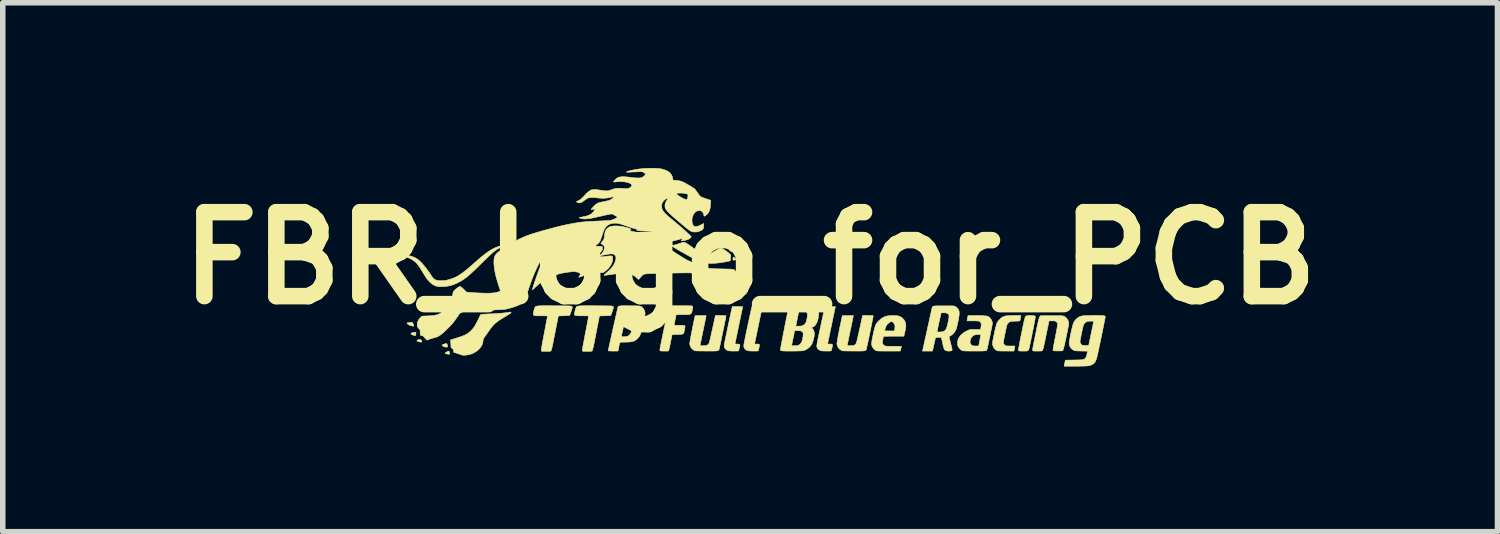
<source format=kicad_pcb>
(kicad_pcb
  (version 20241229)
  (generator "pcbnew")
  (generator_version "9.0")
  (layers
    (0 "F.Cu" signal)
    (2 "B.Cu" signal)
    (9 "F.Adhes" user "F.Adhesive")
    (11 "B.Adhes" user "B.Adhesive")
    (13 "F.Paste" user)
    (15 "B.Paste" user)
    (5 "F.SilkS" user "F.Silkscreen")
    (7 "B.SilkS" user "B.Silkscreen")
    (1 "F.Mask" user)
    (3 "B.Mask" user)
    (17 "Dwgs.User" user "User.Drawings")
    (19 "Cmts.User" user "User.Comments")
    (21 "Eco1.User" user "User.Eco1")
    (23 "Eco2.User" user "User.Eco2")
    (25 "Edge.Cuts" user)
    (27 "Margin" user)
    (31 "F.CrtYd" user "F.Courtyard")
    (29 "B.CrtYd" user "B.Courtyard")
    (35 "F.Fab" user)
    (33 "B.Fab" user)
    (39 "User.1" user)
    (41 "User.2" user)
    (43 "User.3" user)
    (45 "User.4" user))
  (footprint "FBR_logo_for_PCB"
    (layer "F.Cu")
    (at 10.566 1.636)
    (property "Reference" "FBR_logo_for_PCB" (at 0 0 0) (layer "F.SilkS") (effects (font (size 1.524 1.524) (thickness 0.3))))
    (attr through_hole)
    (fp_poly (pts (xy -0.159 0.256) (xy -0.136 0.259) (xy -0.123 0.263) (xy -0.119 0.269) (xy -0.123 0.277) (xy -0.133 0.287) (xy -0.149 0.3) (xy -0.161 0.304) (xy -0.172 0.299) (xy -0.182 0.287) (xy -0.191 0.271) (xy -0.193 0.261) (xy -0.188 0.256) (xy -0.174 0.255) (xy -0.159 0.256)) (stroke (width 0.01) (type solid)) (fill yes) (layer "F.SilkS"))
    (fp_poly (pts (xy -6.067 1.375) (xy -6.068 1.392) (xy -6.072 1.402) (xy -6.08 1.406) (xy -6.094 1.403) (xy -6.107 1.4) (xy -6.127 1.393) (xy -6.143 1.385) (xy -6.153 1.377) (xy -6.156 1.37) (xy -6.148 1.362) (xy -6.132 1.355) (xy -6.111 1.349) (xy -6.095 1.347) (xy -6.065 1.345) (xy -6.067 1.375)) (stroke (width 0.01) (type solid)) (fill yes) (layer "F.SilkS"))
    (fp_poly (pts (xy -0.317 -0.164) (xy -0.316 -0.157) (xy -0.322 -0.144) (xy -0.325 -0.138) (xy -0.334 -0.126) (xy -0.343 -0.123) (xy -0.355 -0.128) (xy -0.366 -0.137) (xy -0.375 -0.148) (xy -0.379 -0.155) (xy -0.378 -0.157) (xy -0.371 -0.16) (xy -0.357 -0.163) (xy -0.344 -0.165) (xy -0.326 -0.166) (xy -0.317 -0.164)) (stroke (width 0.01) (type solid)) (fill yes) (layer "F.SilkS"))
    (fp_poly (pts (xy -0.298 -0.018) (xy -0.29 -0.013) (xy -0.278 -0.004) (xy -0.266 0.006) (xy -0.256 0.017) (xy -0.25 0.025) (xy -0.249 0.028) (xy -0.255 0.03) (xy -0.268 0.032) (xy -0.281 0.034) (xy -0.31 0.037) (xy -0.31 0.008) (xy -0.31 -0.008) (xy -0.308 -0.017) (xy -0.305 -0.019) (xy -0.298 -0.018)) (stroke (width 0.01) (type solid)) (fill yes) (layer "F.SilkS"))
    (fp_poly (pts (xy -5.977 1.483) (xy -5.965 1.493) (xy -5.959 1.507) (xy -5.959 1.509) (xy -5.96 1.518) (xy -5.964 1.523) (xy -5.974 1.524) (xy -5.98 1.524) (xy -5.999 1.521) (xy -6.019 1.516) (xy -6.025 1.514) (xy -6.041 1.506) (xy -6.048 1.499) (xy -6.046 1.493) (xy -6.036 1.486) (xy -6.015 1.479) (xy -5.995 1.478) (xy -5.977 1.483)) (stroke (width 0.01) (type solid)) (fill yes) (layer "F.SilkS"))
    (fp_poly (pts (xy -5.464 1.691) (xy -5.458 1.702) (xy -5.456 1.722) (xy -5.456 1.723) (xy -5.456 1.735) (xy -5.458 1.743) (xy -5.463 1.746) (xy -5.473 1.745) (xy -5.49 1.742) (xy -5.501 1.739) (xy -5.518 1.735) (xy -5.531 1.732) (xy -5.537 1.729) (xy -5.535 1.724) (xy -5.527 1.716) (xy -5.515 1.707) (xy -5.5 1.698) (xy -5.491 1.694) (xy -5.474 1.689) (xy -5.464 1.691)) (stroke (width 0.01) (type solid)) (fill yes) (layer "F.SilkS"))
    (fp_poly (pts (xy -0.133 0.487) (xy -0.124 0.501) (xy -0.114 0.524) (xy -0.104 0.55) (xy -0.1 0.562) (xy -0.1 0.568) (xy -0.105 0.569) (xy -0.106 0.569) (xy -0.115 0.567) (xy -0.13 0.561) (xy -0.147 0.553) (xy -0.148 0.552) (xy -0.164 0.544) (xy -0.176 0.536) (xy -0.182 0.53) (xy -0.182 0.53) (xy -0.18 0.523) (xy -0.172 0.512) (xy -0.161 0.5) (xy -0.15 0.489) (xy -0.141 0.483) (xy -0.139 0.483) (xy -0.133 0.487)) (stroke (width 0.01) (type solid)) (fill yes) (layer "F.SilkS"))
    (fp_poly (pts (xy -5.504 1.554) (xy -5.498 1.567) (xy -5.497 1.572) (xy -5.492 1.593) (xy -5.491 1.606) (xy -5.495 1.612) (xy -5.503 1.615) (xy -5.511 1.615) (xy -5.529 1.613) (xy -5.547 1.61) (xy -5.547 1.609) (xy -5.563 1.603) (xy -5.578 1.595) (xy -5.588 1.586) (xy -5.592 1.579) (xy -5.592 1.578) (xy -5.586 1.574) (xy -5.574 1.569) (xy -5.558 1.562) (xy -5.54 1.556) (xy -5.524 1.552) (xy -5.513 1.549) (xy -5.511 1.549) (xy -5.504 1.554)) (stroke (width 0.01) (type solid)) (fill yes) (layer "F.SilkS"))
    (fp_poly (pts (xy -0.331 0.64) (xy -0.325 0.652) (xy -0.319 0.669) (xy -0.314 0.69) (xy -0.312 0.704) (xy -0.31 0.719) (xy -0.31 0.729) (xy -0.31 0.731) (xy -0.316 0.729) (xy -0.327 0.724) (xy -0.34 0.719) (xy -0.362 0.708) (xy -0.38 0.697) (xy -0.392 0.687) (xy -0.396 0.681) (xy -0.396 0.681) (xy -0.392 0.675) (xy -0.383 0.666) (xy -0.37 0.656) (xy -0.356 0.646) (xy -0.344 0.638) (xy -0.337 0.635) (xy -0.337 0.635) (xy -0.331 0.64)) (stroke (width 0.01) (type solid)) (fill yes) (layer "F.SilkS"))
    (fp_poly (pts (xy -6.133 1.168) (xy -6.126 1.174) (xy -6.121 1.184) (xy -6.114 1.2) (xy -6.11 1.217) (xy -6.109 1.218) (xy -6.108 1.229) (xy -6.111 1.234) (xy -6.118 1.234) (xy -6.129 1.233) (xy -6.145 1.229) (xy -6.157 1.226) (xy -6.182 1.217) (xy -6.204 1.206) (xy -6.219 1.194) (xy -6.227 1.181) (xy -6.228 1.177) (xy -6.223 1.175) (xy -6.211 1.173) (xy -6.194 1.172) (xy -6.194 1.172) (xy -6.174 1.17) (xy -6.155 1.168) (xy -6.144 1.167) (xy -6.133 1.168)) (stroke (width 0.01) (type solid)) (fill yes) (layer "F.SilkS"))
    (fp_poly (pts (xy 5.152 0.768) (xy 5.161 0.768) (xy 5.19 0.769) (xy 5.212 0.771) (xy 5.225 0.775) (xy 5.233 0.782) (xy 5.236 0.792) (xy 5.235 0.807) (xy 5.234 0.815) (xy 5.229 0.845) (xy 5.224 0.868) (xy 5.216 0.883) (xy 5.207 0.894) (xy 5.202 0.898) (xy 5.194 0.903) (xy 5.186 0.906) (xy 5.174 0.908) (xy 5.159 0.909) (xy 5.136 0.909) (xy 5.121 0.909) (xy 5.096 0.909) (xy 5.073 0.907) (xy 5.056 0.906) (xy 5.046 0.904) (xy 5.046 0.904) (xy 5.036 0.896) (xy 5.032 0.889) (xy 5.031 0.876) (xy 5.033 0.857) (xy 5.038 0.835) (xy 5.044 0.813) (xy 5.049 0.8) (xy 5.056 0.788) (xy 5.065 0.779) (xy 5.077 0.773) (xy 5.095 0.769) (xy 5.119 0.768) (xy 5.152 0.768)) (stroke (width 0.01) (type solid)) (fill yes) (layer "F.SilkS"))
    (fp_poly (pts (xy 5.089 1.041) (xy 5.121 1.042) (xy 5.146 1.044) (xy 5.162 1.047) (xy 5.172 1.053) (xy 5.178 1.061) (xy 5.178 1.063) (xy 5.178 1.07) (xy 5.176 1.086) (xy 5.172 1.109) (xy 5.166 1.139) (xy 5.159 1.175) (xy 5.152 1.216) (xy 5.143 1.261) (xy 5.134 1.308) (xy 5.124 1.356) (xy 5.114 1.405) (xy 5.104 1.454) (xy 5.095 1.501) (xy 5.085 1.545) (xy 5.077 1.586) (xy 5.075 1.592) (xy 5.068 1.625) (xy 5.062 1.649) (xy 5.055 1.666) (xy 5.046 1.677) (xy 5.033 1.683) (xy 5.014 1.686) (xy 4.989 1.687) (xy 4.957 1.687) (xy 4.927 1.686) (xy 4.905 1.686) (xy 4.89 1.685) (xy 4.881 1.684) (xy 4.876 1.681) (xy 4.873 1.678) (xy 4.872 1.677) (xy 4.872 1.669) (xy 4.873 1.653) (xy 4.877 1.628) (xy 4.883 1.596) (xy 4.89 1.556) (xy 4.898 1.511) (xy 4.908 1.46) (xy 4.919 1.405) (xy 4.931 1.346) (xy 4.944 1.285) (xy 4.957 1.22) (xy 4.965 1.184) (xy 4.974 1.142) (xy 4.982 1.11) (xy 4.989 1.086) (xy 4.996 1.068) (xy 5.004 1.055) (xy 5.015 1.048) (xy 5.029 1.043) (xy 5.047 1.042) (xy 5.07 1.041) (xy 5.089 1.041)) (stroke (width 0.01) (type solid)) (fill yes) (layer "F.SilkS"))
    (fp_poly (pts (xy -0.257 0.88) (xy -0.228 0.88) (xy -0.134 0.881) (xy -0.204 1.217) (xy -0.216 1.274) (xy -0.227 1.327) (xy -0.237 1.378) (xy -0.247 1.423) (xy -0.255 1.464) (xy -0.262 1.498) (xy -0.268 1.524) (xy -0.272 1.544) (xy -0.274 1.554) (xy -0.274 1.556) (xy -0.27 1.558) (xy -0.257 1.559) (xy -0.24 1.56) (xy -0.234 1.56) (xy -0.211 1.56) (xy -0.196 1.562) (xy -0.188 1.568) (xy -0.185 1.579) (xy -0.187 1.597) (xy -0.193 1.622) (xy -0.198 1.643) (xy -0.203 1.662) (xy -0.206 1.674) (xy -0.207 1.678) (xy -0.208 1.681) (xy -0.212 1.683) (xy -0.22 1.685) (xy -0.234 1.686) (xy -0.254 1.686) (xy -0.282 1.686) (xy -0.294 1.686) (xy -0.328 1.686) (xy -0.353 1.685) (xy -0.373 1.684) (xy -0.388 1.682) (xy -0.401 1.678) (xy -0.406 1.677) (xy -0.435 1.662) (xy -0.455 1.642) (xy -0.467 1.616) (xy -0.468 1.614) (xy -0.47 1.607) (xy -0.47 1.599) (xy -0.47 1.588) (xy -0.469 1.574) (xy -0.466 1.555) (xy -0.461 1.53) (xy -0.455 1.498) (xy -0.448 1.463) (xy -0.442 1.435) (xy -0.435 1.402) (xy -0.427 1.363) (xy -0.418 1.32) (xy -0.409 1.275) (xy -0.399 1.228) (xy -0.389 1.18) (xy -0.378 1.132) (xy -0.368 1.085) (xy -0.359 1.041) (xy -0.35 1) (xy -0.342 0.963) (xy -0.335 0.932) (xy -0.329 0.907) (xy -0.325 0.89) (xy -0.323 0.881) (xy -0.323 0.88) (xy -0.318 0.88) (xy -0.304 0.879) (xy -0.283 0.879) (xy -0.257 0.88)) (stroke (width 0.01) (type solid)) (fill yes) (layer "F.SilkS"))
    (fp_poly (pts (xy 0.099 0.88) (xy 0.128 0.88) (xy 0.222 0.881) (xy 0.152 1.217) (xy 0.14 1.274) (xy 0.129 1.327) (xy 0.118 1.378) (xy 0.109 1.423) (xy 0.1 1.464) (xy 0.093 1.498) (xy 0.088 1.524) (xy 0.084 1.544) (xy 0.082 1.554) (xy 0.082 1.556) (xy 0.086 1.558) (xy 0.098 1.559) (xy 0.116 1.56) (xy 0.121 1.56) (xy 0.144 1.56) (xy 0.16 1.562) (xy 0.168 1.568) (xy 0.17 1.579) (xy 0.168 1.597) (xy 0.163 1.622) (xy 0.158 1.643) (xy 0.153 1.662) (xy 0.15 1.674) (xy 0.149 1.678) (xy 0.147 1.681) (xy 0.143 1.683) (xy 0.135 1.685) (xy 0.122 1.686) (xy 0.102 1.686) (xy 0.074 1.686) (xy 0.062 1.686) (xy 0.028 1.686) (xy 0.002 1.685) (xy -0.017 1.684) (xy -0.032 1.682) (xy -0.045 1.678) (xy -0.051 1.677) (xy -0.079 1.662) (xy -0.099 1.642) (xy -0.112 1.616) (xy -0.112 1.614) (xy -0.114 1.607) (xy -0.115 1.599) (xy -0.114 1.588) (xy -0.113 1.574) (xy -0.11 1.555) (xy -0.106 1.53) (xy -0.099 1.498) (xy -0.092 1.463) (xy -0.087 1.435) (xy -0.08 1.402) (xy -0.072 1.363) (xy -0.063 1.32) (xy -0.053 1.275) (xy -0.043 1.228) (xy -0.033 1.18) (xy -0.023 1.132) (xy -0.013 1.085) (xy -0.003 1.041) (xy 0.006 1) (xy 0.014 0.963) (xy 0.021 0.932) (xy 0.026 0.907) (xy 0.03 0.89) (xy 0.032 0.881) (xy 0.033 0.88) (xy 0.038 0.88) (xy 0.052 0.879) (xy 0.073 0.879) (xy 0.099 0.88)) (stroke (width 0.01) (type solid)) (fill yes) (layer "F.SilkS"))
    (fp_poly (pts (xy 1.424 0.88) (xy 1.454 0.88) (xy 1.548 0.881) (xy 1.478 1.217) (xy 1.466 1.274) (xy 1.455 1.327) (xy 1.444 1.378) (xy 1.435 1.423) (xy 1.426 1.464) (xy 1.419 1.498) (xy 1.414 1.524) (xy 1.41 1.544) (xy 1.408 1.554) (xy 1.407 1.556) (xy 1.412 1.558) (xy 1.424 1.559) (xy 1.442 1.56) (xy 1.447 1.56) (xy 1.47 1.56) (xy 1.485 1.562) (xy 1.494 1.568) (xy 1.496 1.579) (xy 1.494 1.597) (xy 1.489 1.622) (xy 1.483 1.643) (xy 1.479 1.662) (xy 1.476 1.674) (xy 1.475 1.678) (xy 1.473 1.681) (xy 1.469 1.683) (xy 1.461 1.685) (xy 1.448 1.686) (xy 1.428 1.686) (xy 1.399 1.686) (xy 1.388 1.686) (xy 1.354 1.686) (xy 1.328 1.685) (xy 1.309 1.684) (xy 1.293 1.682) (xy 1.28 1.678) (xy 1.275 1.677) (xy 1.247 1.662) (xy 1.226 1.642) (xy 1.214 1.616) (xy 1.214 1.614) (xy 1.212 1.607) (xy 1.211 1.599) (xy 1.211 1.588) (xy 1.213 1.574) (xy 1.216 1.555) (xy 1.22 1.53) (xy 1.227 1.498) (xy 1.233 1.463) (xy 1.239 1.435) (xy 1.246 1.402) (xy 1.254 1.363) (xy 1.263 1.32) (xy 1.273 1.275) (xy 1.283 1.228) (xy 1.293 1.18) (xy 1.303 1.132) (xy 1.313 1.085) (xy 1.323 1.041) (xy 1.332 1) (xy 1.34 0.963) (xy 1.346 0.932) (xy 1.352 0.907) (xy 1.356 0.89) (xy 1.358 0.881) (xy 1.359 0.88) (xy 1.364 0.88) (xy 1.378 0.879) (xy 1.398 0.879) (xy 1.424 0.88)) (stroke (width 0.01) (type solid)) (fill yes) (layer "F.SilkS"))
    (fp_poly (pts (xy 4.909 1.081) (xy 4.906 1.103) (xy 4.903 1.12) (xy 4.899 1.131) (xy 4.893 1.138) (xy 4.882 1.141) (xy 4.867 1.143) (xy 4.844 1.143) (xy 4.815 1.144) (xy 4.78 1.145) (xy 4.754 1.146) (xy 4.735 1.149) (xy 4.72 1.153) (xy 4.708 1.159) (xy 4.697 1.167) (xy 4.687 1.177) (xy 4.675 1.19) (xy 4.666 1.204) (xy 4.665 1.205) (xy 4.663 1.213) (xy 4.658 1.23) (xy 4.653 1.254) (xy 4.646 1.282) (xy 4.639 1.315) (xy 4.632 1.35) (xy 4.624 1.386) (xy 4.617 1.421) (xy 4.611 1.454) (xy 4.605 1.484) (xy 4.601 1.508) (xy 4.598 1.525) (xy 4.597 1.533) (xy 4.602 1.553) (xy 4.615 1.572) (xy 4.63 1.584) (xy 4.637 1.589) (xy 4.645 1.591) (xy 4.656 1.593) (xy 4.672 1.594) (xy 4.693 1.595) (xy 4.723 1.595) (xy 4.727 1.595) (xy 4.807 1.595) (xy 4.804 1.614) (xy 4.801 1.631) (xy 4.797 1.651) (xy 4.795 1.66) (xy 4.79 1.687) (xy 4.644 1.686) (xy 4.6 1.686) (xy 4.564 1.686) (xy 4.537 1.685) (xy 4.516 1.684) (xy 4.501 1.683) (xy 4.49 1.681) (xy 4.482 1.679) (xy 4.481 1.678) (xy 4.455 1.662) (xy 4.432 1.639) (xy 4.415 1.61) (xy 4.404 1.58) (xy 4.402 1.569) (xy 4.401 1.557) (xy 4.401 1.544) (xy 4.403 1.528) (xy 4.405 1.507) (xy 4.41 1.481) (xy 4.416 1.45) (xy 4.424 1.41) (xy 4.434 1.363) (xy 4.438 1.344) (xy 4.449 1.294) (xy 4.459 1.253) (xy 4.468 1.219) (xy 4.475 1.194) (xy 4.48 1.181) (xy 4.497 1.151) (xy 4.521 1.122) (xy 4.548 1.095) (xy 4.576 1.074) (xy 4.589 1.067) (xy 4.605 1.059) (xy 4.622 1.054) (xy 4.639 1.049) (xy 4.659 1.046) (xy 4.684 1.044) (xy 4.714 1.042) (xy 4.751 1.042) (xy 4.795 1.041) (xy 4.916 1.041) (xy 4.909 1.081)) (stroke (width 0.01) (type solid)) (fill yes) (layer "F.SilkS"))
    (fp_poly (pts (xy -1.191 -0.287) (xy -1.172 -0.278) (xy -1.146 -0.263) (xy -1.113 -0.242) (xy -1.074 -0.214) (xy -1.048 -0.196) (xy -1.005 -0.164) (xy -0.969 -0.138) (xy -0.938 -0.118) (xy -0.911 -0.102) (xy -0.888 -0.091) (xy -0.866 -0.083) (xy -0.846 -0.078) (xy -0.824 -0.075) (xy -0.801 -0.074) (xy -0.795 -0.074) (xy -0.771 -0.074) (xy -0.75 -0.076) (xy -0.731 -0.081) (xy -0.711 -0.088) (xy -0.688 -0.1) (xy -0.66 -0.115) (xy -0.643 -0.126) (xy -0.62 -0.14) (xy -0.596 -0.153) (xy -0.575 -0.165) (xy -0.567 -0.169) (xy -0.55 -0.177) (xy -0.539 -0.181) (xy -0.53 -0.181) (xy -0.518 -0.178) (xy -0.516 -0.177) (xy -0.499 -0.17) (xy -0.476 -0.157) (xy -0.451 -0.14) (xy -0.424 -0.122) (xy -0.4 -0.103) (xy -0.38 -0.085) (xy -0.365 -0.071) (xy -0.356 -0.061) (xy -0.352 -0.052) (xy -0.351 -0.042) (xy -0.351 -0.033) (xy -0.352 -0.014) (xy -0.354 0.007) (xy -0.356 0.026) (xy -0.359 0.041) (xy -0.362 0.048) (xy -0.362 0.048) (xy -0.367 0.05) (xy -0.381 0.053) (xy -0.402 0.058) (xy -0.429 0.063) (xy -0.458 0.069) (xy -0.46 0.069) (xy -0.541 0.082) (xy -0.615 0.091) (xy -0.681 0.095) (xy -0.74 0.095) (xy -0.789 0.09) (xy -0.797 0.089) (xy -0.847 0.077) (xy -0.903 0.059) (xy -0.964 0.034) (xy -1.029 0.004) (xy -1.096 -0.031) (xy -1.135 -0.053) (xy -1.156 -0.065) (xy -1.184 -0.081) (xy -1.215 -0.099) (xy -1.248 -0.117) (xy -1.278 -0.133) (xy -1.318 -0.156) (xy -1.352 -0.177) (xy -1.381 -0.195) (xy -1.403 -0.21) (xy -1.417 -0.221) (xy -1.422 -0.228) (xy -1.422 -0.229) (xy -1.418 -0.232) (xy -1.407 -0.234) (xy -1.403 -0.234) (xy -1.389 -0.235) (xy -1.369 -0.239) (xy -1.343 -0.246) (xy -1.309 -0.257) (xy -1.268 -0.271) (xy -1.267 -0.271) (xy -1.245 -0.279) (xy -1.225 -0.285) (xy -1.211 -0.289) (xy -1.205 -0.29) (xy -1.191 -0.287)) (stroke (width 0.01) (type solid)) (fill yes) (layer "F.SilkS"))
    (fp_poly (pts (xy -4.345 0.98) (xy -4.339 0.984) (xy -4.34 0.992) (xy -4.345 0.997) (xy -4.357 1.006) (xy -4.376 1.018) (xy -4.399 1.033) (xy -4.426 1.05) (xy -4.438 1.057) (xy -4.469 1.075) (xy -4.5 1.094) (xy -4.528 1.112) (xy -4.552 1.127) (xy -4.57 1.138) (xy -4.572 1.14) (xy -4.619 1.176) (xy -4.666 1.222) (xy -4.712 1.278) (xy -4.747 1.328) (xy -4.765 1.355) (xy -4.784 1.381) (xy -4.8 1.405) (xy -4.813 1.423) (xy -4.82 1.432) (xy -4.831 1.447) (xy -4.838 1.459) (xy -4.843 1.471) (xy -4.846 1.486) (xy -4.848 1.508) (xy -4.849 1.513) (xy -4.857 1.552) (xy -4.874 1.591) (xy -4.901 1.629) (xy -4.935 1.665) (xy -4.957 1.683) (xy -5.009 1.717) (xy -5.064 1.741) (xy -5.124 1.756) (xy -5.168 1.761) (xy -5.192 1.762) (xy -5.209 1.762) (xy -5.224 1.76) (xy -5.24 1.755) (xy -5.26 1.748) (xy -5.271 1.745) (xy -5.295 1.736) (xy -5.32 1.727) (xy -5.341 1.721) (xy -5.35 1.718) (xy -5.379 1.71) (xy -5.382 1.685) (xy -5.385 1.669) (xy -5.392 1.656) (xy -5.403 1.643) (xy -5.421 1.628) (xy -5.422 1.627) (xy -5.428 1.618) (xy -5.43 1.603) (xy -5.431 1.591) (xy -5.431 1.57) (xy -5.432 1.545) (xy -5.434 1.523) (xy -5.437 1.485) (xy -5.346 1.456) (xy -5.316 1.446) (xy -5.288 1.437) (xy -5.265 1.43) (xy -5.247 1.424) (xy -5.237 1.421) (xy -5.179 1.398) (xy -5.124 1.367) (xy -5.074 1.326) (xy -5.029 1.277) (xy -5.003 1.243) (xy -4.996 1.23) (xy -4.985 1.211) (xy -4.972 1.186) (xy -4.957 1.158) (xy -4.942 1.128) (xy -4.928 1.1) (xy -4.915 1.073) (xy -4.904 1.051) (xy -4.897 1.035) (xy -4.896 1.03) (xy -4.894 1.027) (xy -4.89 1.025) (xy -4.882 1.023) (xy -4.871 1.021) (xy -4.855 1.019) (xy -4.833 1.017) (xy -4.804 1.016) (xy -4.767 1.014) (xy -4.721 1.012) (xy -4.695 1.011) (xy -4.631 1.008) (xy -4.57 1.004) (xy -4.513 0.999) (xy -4.461 0.994) (xy -4.417 0.989) (xy -4.382 0.983) (xy -4.382 0.983) (xy -4.359 0.979) (xy -4.345 0.98)) (stroke (width 0.01) (type solid)) (fill yes) (layer "F.SilkS"))
    (fp_poly (pts (xy -3.61 0.864) (xy -3.543 0.865) (xy -3.543 0.865) (xy -3.48 0.865) (xy -3.427 0.865) (xy -3.383 0.866) (xy -3.346 0.866) (xy -3.317 0.866) (xy -3.293 0.867) (xy -3.275 0.868) (xy -3.262 0.869) (xy -3.252 0.87) (xy -3.246 0.871) (xy -3.241 0.873) (xy -3.238 0.875) (xy -3.236 0.876) (xy -3.229 0.884) (xy -3.226 0.89) (xy -3.227 0.899) (xy -3.232 0.914) (xy -3.238 0.935) (xy -3.246 0.958) (xy -3.254 0.982) (xy -3.261 1.004) (xy -3.268 1.021) (xy -3.272 1.032) (xy -3.273 1.034) (xy -3.277 1.037) (xy -3.282 1.04) (xy -3.289 1.042) (xy -3.302 1.043) (xy -3.32 1.045) (xy -3.345 1.045) (xy -3.379 1.046) (xy -3.381 1.046) (xy -3.481 1.049) (xy -3.542 1.359) (xy -3.555 1.424) (xy -3.566 1.48) (xy -3.575 1.527) (xy -3.583 1.567) (xy -3.59 1.599) (xy -3.596 1.624) (xy -3.6 1.644) (xy -3.604 1.659) (xy -3.608 1.67) (xy -3.611 1.676) (xy -3.613 1.68) (xy -3.618 1.685) (xy -3.623 1.688) (xy -3.631 1.69) (xy -3.643 1.691) (xy -3.661 1.691) (xy -3.687 1.692) (xy -3.703 1.692) (xy -3.783 1.692) (xy -3.789 1.679) (xy -3.79 1.675) (xy -3.79 1.668) (xy -3.79 1.658) (xy -3.788 1.645) (xy -3.785 1.626) (xy -3.781 1.603) (xy -3.776 1.573) (xy -3.77 1.536) (xy -3.761 1.492) (xy -3.751 1.439) (xy -3.739 1.377) (xy -3.736 1.362) (xy -3.726 1.308) (xy -3.716 1.256) (xy -3.707 1.209) (xy -3.699 1.166) (xy -3.692 1.129) (xy -3.686 1.098) (xy -3.682 1.074) (xy -3.679 1.059) (xy -3.678 1.053) (xy -3.678 1.053) (xy -3.681 1.05) (xy -3.69 1.049) (xy -3.706 1.048) (xy -3.73 1.047) (xy -3.762 1.047) (xy -3.796 1.046) (xy -3.839 1.046) (xy -3.873 1.046) (xy -3.899 1.044) (xy -3.917 1.041) (xy -3.929 1.035) (xy -3.935 1.026) (xy -3.936 1.013) (xy -3.934 0.996) (xy -3.929 0.973) (xy -3.924 0.951) (xy -3.917 0.926) (xy -3.91 0.905) (xy -3.903 0.89) (xy -3.9 0.885) (xy -3.895 0.881) (xy -3.89 0.877) (xy -3.882 0.874) (xy -3.872 0.871) (xy -3.859 0.869) (xy -3.842 0.867) (xy -3.82 0.866) (xy -3.792 0.865) (xy -3.758 0.864) (xy -3.717 0.864) (xy -3.667 0.864) (xy -3.61 0.864)) (stroke (width 0.01) (type solid)) (fill yes) (layer "F.SilkS"))
    (fp_poly (pts (xy -2.863 0.864) (xy -2.796 0.865) (xy -2.796 0.865) (xy -2.734 0.865) (xy -2.681 0.865) (xy -2.636 0.866) (xy -2.6 0.866) (xy -2.57 0.866) (xy -2.547 0.867) (xy -2.529 0.868) (xy -2.515 0.869) (xy -2.505 0.87) (xy -2.499 0.871) (xy -2.494 0.873) (xy -2.491 0.875) (xy -2.49 0.876) (xy -2.482 0.884) (xy -2.479 0.89) (xy -2.481 0.899) (xy -2.485 0.914) (xy -2.491 0.935) (xy -2.499 0.958) (xy -2.507 0.982) (xy -2.514 1.004) (xy -2.521 1.021) (xy -2.526 1.032) (xy -2.527 1.034) (xy -2.53 1.037) (xy -2.535 1.04) (xy -2.543 1.042) (xy -2.555 1.043) (xy -2.573 1.045) (xy -2.598 1.045) (xy -2.632 1.046) (xy -2.634 1.046) (xy -2.735 1.049) (xy -2.795 1.359) (xy -2.808 1.424) (xy -2.819 1.48) (xy -2.828 1.527) (xy -2.836 1.567) (xy -2.843 1.599) (xy -2.849 1.624) (xy -2.854 1.644) (xy -2.858 1.659) (xy -2.861 1.67) (xy -2.864 1.676) (xy -2.866 1.68) (xy -2.871 1.685) (xy -2.876 1.688) (xy -2.884 1.69) (xy -2.896 1.691) (xy -2.914 1.691) (xy -2.94 1.692) (xy -2.957 1.692) (xy -3.036 1.692) (xy -3.042 1.679) (xy -3.043 1.675) (xy -3.043 1.668) (xy -3.043 1.658) (xy -3.041 1.645) (xy -3.039 1.626) (xy -3.035 1.603) (xy -3.029 1.573) (xy -3.023 1.536) (xy -3.014 1.492) (xy -3.004 1.439) (xy -2.993 1.377) (xy -2.99 1.362) (xy -2.979 1.308) (xy -2.969 1.256) (xy -2.96 1.209) (xy -2.952 1.166) (xy -2.945 1.129) (xy -2.939 1.098) (xy -2.935 1.074) (xy -2.932 1.059) (xy -2.931 1.053) (xy -2.931 1.053) (xy -2.934 1.05) (xy -2.943 1.049) (xy -2.959 1.048) (xy -2.983 1.047) (xy -3.015 1.047) (xy -3.049 1.046) (xy -3.093 1.046) (xy -3.127 1.046) (xy -3.152 1.044) (xy -3.17 1.041) (xy -3.182 1.035) (xy -3.188 1.026) (xy -3.19 1.013) (xy -3.187 0.996) (xy -3.182 0.973) (xy -3.177 0.951) (xy -3.17 0.926) (xy -3.163 0.905) (xy -3.156 0.89) (xy -3.153 0.885) (xy -3.149 0.881) (xy -3.143 0.877) (xy -3.136 0.874) (xy -3.126 0.871) (xy -3.112 0.869) (xy -3.095 0.867) (xy -3.073 0.866) (xy -3.045 0.865) (xy -3.011 0.864) (xy -2.97 0.864) (xy -2.921 0.864) (xy -2.863 0.864)) (stroke (width 0.01) (type solid)) (fill yes) (layer "F.SilkS"))
    (fp_poly (pts (xy -1.199 0.864) (xy -1.152 0.864) (xy -1.114 0.865) (xy -1.084 0.866) (xy -1.063 0.867) (xy -1.053 0.868) (xy -1.051 0.869) (xy -1.046 0.873) (xy -1.043 0.88) (xy -1.042 0.892) (xy -1.044 0.909) (xy -1.048 0.934) (xy -1.05 0.946) (xy -1.056 0.975) (xy -1.064 0.995) (xy -1.074 1.009) (xy -1.087 1.017) (xy -1.096 1.021) (xy -1.107 1.022) (xy -1.126 1.024) (xy -1.151 1.025) (xy -1.182 1.026) (xy -1.215 1.026) (xy -1.228 1.026) (xy -1.341 1.026) (xy -1.344 1.038) (xy -1.345 1.046) (xy -1.349 1.063) (xy -1.354 1.086) (xy -1.359 1.112) (xy -1.362 1.125) (xy -1.367 1.152) (xy -1.372 1.176) (xy -1.376 1.196) (xy -1.379 1.208) (xy -1.38 1.21) (xy -1.38 1.214) (xy -1.378 1.216) (xy -1.372 1.217) (xy -1.36 1.218) (xy -1.342 1.219) (xy -1.316 1.219) (xy -1.294 1.219) (xy -1.258 1.219) (xy -1.231 1.22) (xy -1.211 1.221) (xy -1.197 1.223) (xy -1.189 1.225) (xy -1.184 1.229) (xy -1.182 1.232) (xy -1.181 1.24) (xy -1.183 1.256) (xy -1.186 1.276) (xy -1.19 1.299) (xy -1.194 1.321) (xy -1.199 1.341) (xy -1.203 1.355) (xy -1.204 1.36) (xy -1.21 1.368) (xy -1.218 1.374) (xy -1.229 1.378) (xy -1.245 1.382) (xy -1.267 1.384) (xy -1.298 1.385) (xy -1.327 1.386) (xy -1.416 1.388) (xy -1.443 1.523) (xy -1.45 1.56) (xy -1.457 1.593) (xy -1.464 1.623) (xy -1.47 1.647) (xy -1.474 1.664) (xy -1.477 1.673) (xy -1.486 1.687) (xy -1.558 1.687) (xy -1.587 1.686) (xy -1.607 1.686) (xy -1.62 1.685) (xy -1.628 1.684) (xy -1.633 1.681) (xy -1.635 1.677) (xy -1.636 1.675) (xy -1.637 1.671) (xy -1.637 1.664) (xy -1.636 1.653) (xy -1.634 1.638) (xy -1.631 1.619) (xy -1.626 1.594) (xy -1.62 1.563) (xy -1.613 1.526) (xy -1.604 1.483) (xy -1.593 1.431) (xy -1.581 1.372) (xy -1.567 1.305) (xy -1.55 1.228) (xy -1.539 1.176) (xy -1.526 1.115) (xy -1.515 1.064) (xy -1.505 1.02) (xy -1.497 0.985) (xy -1.491 0.956) (xy -1.485 0.933) (xy -1.48 0.915) (xy -1.476 0.902) (xy -1.472 0.892) (xy -1.469 0.885) (xy -1.466 0.88) (xy -1.462 0.876) (xy -1.461 0.875) (xy -1.447 0.864) (xy -1.254 0.864) (xy -1.199 0.864)) (stroke (width 0.01) (type solid)) (fill yes) (layer "F.SilkS"))
    (fp_poly (pts (xy -0.499 1.042) (xy -0.473 1.042) (xy -0.456 1.043) (xy -0.444 1.044) (xy -0.439 1.046) (xy -0.437 1.048) (xy -0.437 1.049) (xy -0.438 1.056) (xy -0.441 1.072) (xy -0.445 1.096) (xy -0.451 1.127) (xy -0.459 1.163) (xy -0.467 1.204) (xy -0.476 1.249) (xy -0.486 1.296) (xy -0.496 1.344) (xy -0.506 1.392) (xy -0.516 1.44) (xy -0.525 1.486) (xy -0.534 1.529) (xy -0.543 1.568) (xy -0.55 1.601) (xy -0.556 1.629) (xy -0.556 1.63) (xy -0.559 1.644) (xy -0.562 1.655) (xy -0.566 1.664) (xy -0.572 1.671) (xy -0.58 1.677) (xy -0.592 1.681) (xy -0.609 1.683) (xy -0.631 1.685) (xy -0.659 1.686) (xy -0.695 1.686) (xy -0.74 1.686) (xy -0.787 1.686) (xy -0.831 1.686) (xy -0.872 1.685) (xy -0.909 1.685) (xy -0.941 1.684) (xy -0.966 1.684) (xy -0.984 1.683) (xy -0.993 1.682) (xy -0.993 1.682) (xy -1.024 1.669) (xy -1.051 1.649) (xy -1.073 1.622) (xy -1.088 1.59) (xy -1.096 1.558) (xy -1.095 1.546) (xy -1.093 1.525) (xy -1.088 1.495) (xy -1.082 1.458) (xy -1.074 1.414) (xy -1.064 1.364) (xy -1.053 1.308) (xy -1.041 1.247) (xy -1.028 1.182) (xy -1.013 1.114) (xy -1.009 1.097) (xy -0.998 1.044) (xy -0.898 1.043) (xy -0.867 1.042) (xy -0.84 1.042) (xy -0.819 1.042) (xy -0.804 1.043) (xy -0.798 1.044) (xy -0.798 1.044) (xy -0.799 1.049) (xy -0.801 1.063) (xy -0.806 1.086) (xy -0.812 1.116) (xy -0.819 1.152) (xy -0.828 1.193) (xy -0.837 1.239) (xy -0.848 1.288) (xy -0.853 1.316) (xy -0.864 1.367) (xy -0.874 1.415) (xy -0.883 1.459) (xy -0.891 1.498) (xy -0.898 1.531) (xy -0.903 1.557) (xy -0.907 1.576) (xy -0.909 1.587) (xy -0.909 1.588) (xy -0.905 1.59) (xy -0.892 1.59) (xy -0.875 1.59) (xy -0.854 1.59) (xy -0.833 1.589) (xy -0.814 1.588) (xy -0.799 1.586) (xy -0.793 1.585) (xy -0.77 1.574) (xy -0.751 1.555) (xy -0.744 1.543) (xy -0.741 1.536) (xy -0.737 1.519) (xy -0.731 1.495) (xy -0.723 1.464) (xy -0.715 1.428) (xy -0.706 1.387) (xy -0.696 1.343) (xy -0.691 1.321) (xy -0.681 1.275) (xy -0.671 1.231) (xy -0.662 1.189) (xy -0.654 1.152) (xy -0.647 1.121) (xy -0.642 1.097) (xy -0.638 1.081) (xy -0.637 1.077) (xy -0.629 1.041) (xy -0.533 1.041) (xy -0.499 1.042)) (stroke (width 0.01) (type solid)) (fill yes) (layer "F.SilkS"))
    (fp_poly (pts (xy 2.173 1.042) (xy 2.199 1.042) (xy 2.216 1.043) (xy 2.228 1.044) (xy 2.233 1.046) (xy 2.235 1.048) (xy 2.235 1.049) (xy 2.234 1.056) (xy 2.231 1.072) (xy 2.227 1.096) (xy 2.221 1.127) (xy 2.213 1.163) (xy 2.205 1.204) (xy 2.196 1.249) (xy 2.187 1.296) (xy 2.177 1.344) (xy 2.167 1.392) (xy 2.157 1.44) (xy 2.147 1.486) (xy 2.138 1.529) (xy 2.129 1.568) (xy 2.122 1.601) (xy 2.116 1.629) (xy 2.116 1.63) (xy 2.113 1.644) (xy 2.11 1.655) (xy 2.106 1.664) (xy 2.1 1.671) (xy 2.092 1.677) (xy 2.08 1.681) (xy 2.064 1.683) (xy 2.041 1.685) (xy 2.013 1.686) (xy 1.977 1.686) (xy 1.932 1.686) (xy 1.885 1.686) (xy 1.841 1.686) (xy 1.8 1.685) (xy 1.763 1.685) (xy 1.731 1.684) (xy 1.706 1.684) (xy 1.688 1.683) (xy 1.679 1.682) (xy 1.679 1.682) (xy 1.648 1.669) (xy 1.621 1.649) (xy 1.599 1.622) (xy 1.584 1.59) (xy 1.576 1.558) (xy 1.577 1.546) (xy 1.579 1.525) (xy 1.584 1.495) (xy 1.59 1.458) (xy 1.598 1.414) (xy 1.608 1.364) (xy 1.619 1.308) (xy 1.631 1.247) (xy 1.645 1.182) (xy 1.659 1.114) (xy 1.663 1.097) (xy 1.674 1.044) (xy 1.774 1.043) (xy 1.805 1.042) (xy 1.832 1.042) (xy 1.853 1.042) (xy 1.868 1.043) (xy 1.874 1.044) (xy 1.875 1.044) (xy 1.874 1.049) (xy 1.871 1.063) (xy 1.866 1.086) (xy 1.86 1.116) (xy 1.853 1.152) (xy 1.844 1.193) (xy 1.835 1.239) (xy 1.825 1.288) (xy 1.819 1.316) (xy 1.808 1.367) (xy 1.798 1.415) (xy 1.789 1.459) (xy 1.781 1.498) (xy 1.774 1.531) (xy 1.769 1.557) (xy 1.765 1.576) (xy 1.763 1.587) (xy 1.763 1.588) (xy 1.767 1.59) (xy 1.78 1.59) (xy 1.797 1.59) (xy 1.818 1.59) (xy 1.839 1.589) (xy 1.858 1.588) (xy 1.873 1.586) (xy 1.879 1.585) (xy 1.902 1.574) (xy 1.921 1.555) (xy 1.928 1.543) (xy 1.931 1.536) (xy 1.935 1.519) (xy 1.941 1.495) (xy 1.949 1.464) (xy 1.957 1.428) (xy 1.966 1.387) (xy 1.976 1.343) (xy 1.981 1.321) (xy 1.991 1.275) (xy 2.001 1.231) (xy 2.01 1.189) (xy 2.018 1.152) (xy 2.025 1.121) (xy 2.03 1.097) (xy 2.034 1.081) (xy 2.035 1.077) (xy 2.043 1.041) (xy 2.139 1.041) (xy 2.173 1.042)) (stroke (width 0.01) (type solid)) (fill yes) (layer "F.SilkS"))
    (fp_poly (pts (xy 4.199 1.043) (xy 4.245 1.046) (xy 4.28 1.049) (xy 4.307 1.054) (xy 4.323 1.059) (xy 4.334 1.067) (xy 4.348 1.079) (xy 4.361 1.093) (xy 4.382 1.123) (xy 4.395 1.155) (xy 4.398 1.188) (xy 4.397 1.198) (xy 4.394 1.212) (xy 4.39 1.235) (xy 4.384 1.264) (xy 4.377 1.299) (xy 4.369 1.339) (xy 4.361 1.381) (xy 4.352 1.424) (xy 4.342 1.468) (xy 4.333 1.511) (xy 4.325 1.551) (xy 4.317 1.587) (xy 4.31 1.618) (xy 4.305 1.642) (xy 4.301 1.658) (xy 4.3 1.662) (xy 4.297 1.668) (xy 4.294 1.673) (xy 4.288 1.677) (xy 4.28 1.68) (xy 4.267 1.682) (xy 4.249 1.684) (xy 4.226 1.685) (xy 4.195 1.686) (xy 4.157 1.686) (xy 4.111 1.686) (xy 4.071 1.686) (xy 4.017 1.686) (xy 3.973 1.686) (xy 3.938 1.685) (xy 3.91 1.685) (xy 3.888 1.684) (xy 3.872 1.682) (xy 3.861 1.681) (xy 3.854 1.679) (xy 3.833 1.668) (xy 3.811 1.649) (xy 3.791 1.625) (xy 3.781 1.61) (xy 3.774 1.598) (xy 3.77 1.586) (xy 3.768 1.572) (xy 3.767 1.552) (xy 3.767 1.542) (xy 3.768 1.529) (xy 3.993 1.529) (xy 3.998 1.551) (xy 4.004 1.562) (xy 4.017 1.576) (xy 4.031 1.586) (xy 4.048 1.592) (xy 4.071 1.594) (xy 4.098 1.595) (xy 4.121 1.595) (xy 4.136 1.594) (xy 4.145 1.593) (xy 4.15 1.59) (xy 4.152 1.585) (xy 4.152 1.584) (xy 4.154 1.575) (xy 4.157 1.559) (xy 4.161 1.537) (xy 4.166 1.511) (xy 4.171 1.483) (xy 4.176 1.456) (xy 4.181 1.431) (xy 4.184 1.41) (xy 4.187 1.397) (xy 4.188 1.392) (xy 4.186 1.389) (xy 4.18 1.386) (xy 4.168 1.386) (xy 4.147 1.386) (xy 4.145 1.386) (xy 4.109 1.388) (xy 4.08 1.394) (xy 4.058 1.402) (xy 4.04 1.415) (xy 4.03 1.425) (xy 4.013 1.448) (xy 4.001 1.475) (xy 3.994 1.503) (xy 3.993 1.529) (xy 3.768 1.529) (xy 3.768 1.514) (xy 3.771 1.492) (xy 3.777 1.472) (xy 3.779 1.468) (xy 3.798 1.432) (xy 3.826 1.397) (xy 3.862 1.365) (xy 3.904 1.336) (xy 3.951 1.313) (xy 3.953 1.312) (xy 3.992 1.295) (xy 4.184 1.295) (xy 4.19 1.26) (xy 4.195 1.227) (xy 4.196 1.202) (xy 4.194 1.183) (xy 4.188 1.169) (xy 4.185 1.166) (xy 4.177 1.157) (xy 4.168 1.15) (xy 4.157 1.145) (xy 4.142 1.142) (xy 4.122 1.14) (xy 4.095 1.138) (xy 4.06 1.138) (xy 4.04 1.138) (xy 3.938 1.138) (xy 3.955 1.044) (xy 4.082 1.042) (xy 4.145 1.042) (xy 4.199 1.043)) (stroke (width 0.01) (type solid)) (fill yes) (layer "F.SilkS"))
    (fp_poly (pts (xy 5.526 1.044) (xy 5.57 1.044) (xy 5.607 1.045) (xy 5.636 1.045) (xy 5.659 1.047) (xy 5.677 1.049) (xy 5.692 1.052) (xy 5.703 1.056) (xy 5.712 1.061) (xy 5.721 1.067) (xy 5.73 1.075) (xy 5.734 1.079) (xy 5.758 1.106) (xy 5.774 1.136) (xy 5.781 1.165) (xy 5.782 1.172) (xy 5.783 1.179) (xy 5.783 1.188) (xy 5.783 1.198) (xy 5.781 1.211) (xy 5.779 1.227) (xy 5.775 1.248) (xy 5.77 1.274) (xy 5.764 1.306) (xy 5.756 1.344) (xy 5.746 1.39) (xy 5.735 1.445) (xy 5.722 1.504) (xy 5.712 1.552) (xy 5.702 1.593) (xy 5.694 1.626) (xy 5.687 1.651) (xy 5.682 1.666) (xy 5.68 1.671) (xy 5.676 1.676) (xy 5.672 1.679) (xy 5.666 1.682) (xy 5.656 1.683) (xy 5.64 1.684) (xy 5.618 1.684) (xy 5.588 1.684) (xy 5.557 1.684) (xy 5.534 1.683) (xy 5.519 1.683) (xy 5.509 1.681) (xy 5.503 1.679) (xy 5.5 1.676) (xy 5.5 1.675) (xy 5.499 1.671) (xy 5.499 1.662) (xy 5.501 1.648) (xy 5.504 1.627) (xy 5.508 1.601) (xy 5.515 1.566) (xy 5.523 1.524) (xy 5.533 1.473) (xy 5.539 1.442) (xy 5.548 1.395) (xy 5.557 1.351) (xy 5.564 1.311) (xy 5.571 1.275) (xy 5.576 1.246) (xy 5.58 1.224) (xy 5.583 1.21) (xy 5.583 1.205) (xy 5.579 1.183) (xy 5.567 1.163) (xy 5.552 1.148) (xy 5.551 1.148) (xy 5.542 1.143) (xy 5.531 1.14) (xy 5.515 1.139) (xy 5.493 1.138) (xy 5.481 1.138) (xy 5.427 1.138) (xy 5.408 1.231) (xy 5.392 1.307) (xy 5.378 1.374) (xy 5.366 1.432) (xy 5.356 1.483) (xy 5.347 1.526) (xy 5.339 1.561) (xy 5.332 1.591) (xy 5.327 1.615) (xy 5.322 1.634) (xy 5.318 1.649) (xy 5.315 1.659) (xy 5.312 1.667) (xy 5.309 1.672) (xy 5.307 1.675) (xy 5.303 1.679) (xy 5.297 1.682) (xy 5.29 1.685) (xy 5.278 1.686) (xy 5.26 1.686) (xy 5.234 1.687) (xy 5.216 1.687) (xy 5.186 1.687) (xy 5.164 1.686) (xy 5.15 1.686) (xy 5.14 1.684) (xy 5.135 1.682) (xy 5.132 1.678) (xy 5.13 1.674) (xy 5.129 1.67) (xy 5.129 1.661) (xy 5.13 1.649) (xy 5.133 1.631) (xy 5.137 1.607) (xy 5.143 1.576) (xy 5.15 1.537) (xy 5.16 1.49) (xy 5.164 1.47) (xy 5.179 1.396) (xy 5.192 1.331) (xy 5.203 1.275) (xy 5.214 1.228) (xy 5.222 1.187) (xy 5.23 1.153) (xy 5.236 1.126) (xy 5.242 1.104) (xy 5.247 1.087) (xy 5.251 1.074) (xy 5.255 1.065) (xy 5.259 1.059) (xy 5.261 1.057) (xy 5.273 1.044) (xy 5.473 1.044) (xy 5.526 1.044)) (stroke (width 0.01) (type solid)) (fill yes) (layer "F.SilkS"))
    (fp_poly (pts (xy 2.611 1.043) (xy 2.643 1.044) (xy 2.666 1.046) (xy 2.685 1.048) (xy 2.7 1.052) (xy 2.714 1.056) (xy 2.715 1.057) (xy 2.746 1.073) (xy 2.774 1.096) (xy 2.797 1.124) (xy 2.813 1.153) (xy 2.813 1.154) (xy 2.82 1.174) (xy 2.825 1.193) (xy 2.827 1.213) (xy 2.827 1.234) (xy 2.825 1.259) (xy 2.82 1.289) (xy 2.813 1.326) (xy 2.803 1.37) (xy 2.792 1.417) (xy 2.608 1.417) (xy 2.56 1.417) (xy 2.521 1.417) (xy 2.49 1.418) (xy 2.466 1.418) (xy 2.449 1.419) (xy 2.437 1.42) (xy 2.429 1.421) (xy 2.424 1.423) (xy 2.422 1.425) (xy 2.421 1.426) (xy 2.416 1.444) (xy 2.412 1.467) (xy 2.407 1.491) (xy 2.404 1.512) (xy 2.403 1.528) (xy 2.403 1.53) (xy 2.407 1.555) (xy 2.421 1.576) (xy 2.441 1.59) (xy 2.448 1.593) (xy 2.455 1.595) (xy 2.465 1.597) (xy 2.478 1.598) (xy 2.495 1.599) (xy 2.518 1.6) (xy 2.548 1.6) (xy 2.586 1.6) (xy 2.605 1.6) (xy 2.647 1.6) (xy 2.68 1.6) (xy 2.705 1.601) (xy 2.723 1.601) (xy 2.735 1.602) (xy 2.742 1.603) (xy 2.746 1.605) (xy 2.747 1.607) (xy 2.746 1.609) (xy 2.744 1.618) (xy 2.74 1.634) (xy 2.735 1.652) (xy 2.727 1.687) (xy 2.515 1.687) (xy 2.463 1.687) (xy 2.42 1.686) (xy 2.386 1.686) (xy 2.358 1.686) (xy 2.337 1.685) (xy 2.321 1.685) (xy 2.309 1.684) (xy 2.3 1.682) (xy 2.293 1.68) (xy 2.287 1.678) (xy 2.281 1.675) (xy 2.281 1.675) (xy 2.256 1.658) (xy 2.234 1.633) (xy 2.217 1.605) (xy 2.209 1.582) (xy 2.207 1.571) (xy 2.206 1.558) (xy 2.206 1.544) (xy 2.208 1.527) (xy 2.211 1.505) (xy 2.215 1.479) (xy 2.222 1.445) (xy 2.23 1.405) (xy 2.241 1.356) (xy 2.243 1.345) (xy 2.25 1.314) (xy 2.443 1.314) (xy 2.445 1.316) (xy 2.451 1.318) (xy 2.462 1.32) (xy 2.48 1.32) (xy 2.506 1.321) (xy 2.532 1.321) (xy 2.62 1.321) (xy 2.626 1.286) (xy 2.63 1.248) (xy 2.627 1.216) (xy 2.615 1.189) (xy 2.595 1.166) (xy 2.587 1.16) (xy 2.57 1.146) (xy 2.548 1.157) (xy 2.519 1.175) (xy 2.493 1.198) (xy 2.476 1.219) (xy 2.469 1.233) (xy 2.462 1.252) (xy 2.454 1.273) (xy 2.448 1.292) (xy 2.444 1.308) (xy 2.443 1.314) (xy 2.25 1.314) (xy 2.253 1.301) (xy 2.262 1.266) (xy 2.271 1.237) (xy 2.28 1.214) (xy 2.29 1.194) (xy 2.303 1.175) (xy 2.318 1.157) (xy 2.337 1.137) (xy 2.339 1.135) (xy 2.374 1.104) (xy 2.409 1.08) (xy 2.447 1.062) (xy 2.488 1.05) (xy 2.535 1.044) (xy 2.589 1.042) (xy 2.611 1.043)) (stroke (width 0.01) (type solid)) (fill yes) (layer "F.SilkS"))
    (fp_poly (pts (xy -2.223 0.864) (xy -2.179 0.865) (xy -2.132 0.865) (xy -2.095 0.865) (xy -2.065 0.866) (xy -2.041 0.867) (xy -2.024 0.867) (xy -2.011 0.869) (xy -2.001 0.87) (xy -1.993 0.872) (xy -1.986 0.875) (xy -1.98 0.878) (xy -1.979 0.878) (xy -1.953 0.897) (xy -1.932 0.923) (xy -1.916 0.955) (xy -1.907 0.987) (xy -1.907 0.996) (xy -1.907 1.007) (xy -1.908 1.021) (xy -1.91 1.038) (xy -1.914 1.06) (xy -1.919 1.088) (xy -1.926 1.122) (xy -1.935 1.164) (xy -1.947 1.214) (xy -1.951 1.233) (xy -1.962 1.281) (xy -1.971 1.32) (xy -1.98 1.351) (xy -1.989 1.377) (xy -1.998 1.398) (xy -2.008 1.416) (xy -2.019 1.432) (xy -2.032 1.448) (xy -2.042 1.458) (xy -2.064 1.478) (xy -2.086 1.494) (xy -2.11 1.505) (xy -2.138 1.514) (xy -2.172 1.52) (xy -2.212 1.523) (xy -2.26 1.524) (xy -2.272 1.524) (xy -2.305 1.524) (xy -2.329 1.525) (xy -2.347 1.527) (xy -2.359 1.532) (xy -2.366 1.54) (xy -2.371 1.553) (xy -2.375 1.572) (xy -2.38 1.598) (xy -2.384 1.622) (xy -2.388 1.644) (xy -2.392 1.661) (xy -2.393 1.668) (xy -2.398 1.687) (xy -2.487 1.687) (xy -2.52 1.686) (xy -2.546 1.685) (xy -2.565 1.684) (xy -2.574 1.683) (xy -2.576 1.682) (xy -2.574 1.675) (xy -2.571 1.66) (xy -2.566 1.637) (xy -2.56 1.606) (xy -2.552 1.57) (xy -2.543 1.528) (xy -2.532 1.482) (xy -2.521 1.432) (xy -2.519 1.422) (xy -2.337 1.422) (xy -2.335 1.425) (xy -2.328 1.427) (xy -2.316 1.427) (xy -2.295 1.427) (xy -2.284 1.426) (xy -2.258 1.425) (xy -2.239 1.422) (xy -2.225 1.419) (xy -2.213 1.413) (xy -2.212 1.413) (xy -2.187 1.393) (xy -2.167 1.365) (xy -2.156 1.339) (xy -2.151 1.319) (xy -2.145 1.292) (xy -2.137 1.26) (xy -2.13 1.226) (xy -2.123 1.192) (xy -2.116 1.159) (xy -2.111 1.13) (xy -2.107 1.107) (xy -2.105 1.092) (xy -2.104 1.074) (xy -2.104 1.062) (xy -2.108 1.053) (xy -2.115 1.043) (xy -2.116 1.043) (xy -2.13 1.03) (xy -2.149 1.021) (xy -2.173 1.017) (xy -2.205 1.017) (xy -2.207 1.017) (xy -2.248 1.019) (xy -2.292 1.217) (xy -2.302 1.26) (xy -2.311 1.301) (xy -2.319 1.337) (xy -2.326 1.369) (xy -2.331 1.394) (xy -2.335 1.412) (xy -2.336 1.421) (xy -2.337 1.422) (xy -2.519 1.422) (xy -2.51 1.379) (xy -2.498 1.325) (xy -2.486 1.271) (xy -2.473 1.216) (xy -2.461 1.163) (xy -2.45 1.112) (xy -2.439 1.063) (xy -2.429 1.019) (xy -2.42 0.979) (xy -2.412 0.945) (xy -2.406 0.918) (xy -2.401 0.899) (xy -2.399 0.888) (xy -2.398 0.885) (xy -2.395 0.88) (xy -2.39 0.875) (xy -2.382 0.871) (xy -2.37 0.869) (xy -2.354 0.867) (xy -2.332 0.865) (xy -2.303 0.864) (xy -2.268 0.864) (xy -2.223 0.864)) (stroke (width 0.01) (type solid)) (fill yes) (layer "F.SilkS"))
    (fp_poly (pts (xy 3.48 0.866) (xy 3.514 0.866) (xy 3.563 0.866) (xy 3.602 0.866) (xy 3.633 0.866) (xy 3.658 0.867) (xy 3.677 0.867) (xy 3.691 0.868) (xy 3.701 0.87) (xy 3.709 0.872) (xy 3.716 0.874) (xy 3.722 0.877) (xy 3.725 0.878) (xy 3.751 0.896) (xy 3.773 0.922) (xy 3.788 0.95) (xy 3.794 0.966) (xy 3.796 0.987) (xy 3.796 1.013) (xy 3.793 1.045) (xy 3.787 1.084) (xy 3.779 1.131) (xy 3.772 1.163) (xy 3.763 1.203) (xy 3.756 1.235) (xy 3.75 1.26) (xy 3.744 1.279) (xy 3.738 1.295) (xy 3.731 1.309) (xy 3.73 1.312) (xy 3.711 1.343) (xy 3.687 1.371) (xy 3.661 1.395) (xy 3.635 1.411) (xy 3.622 1.419) (xy 3.614 1.427) (xy 3.612 1.43) (xy 3.613 1.437) (xy 3.617 1.451) (xy 3.622 1.473) (xy 3.629 1.5) (xy 3.637 1.531) (xy 3.64 1.542) (xy 3.648 1.574) (xy 3.656 1.603) (xy 3.661 1.628) (xy 3.666 1.648) (xy 3.668 1.66) (xy 3.668 1.661) (xy 3.666 1.672) (xy 3.659 1.68) (xy 3.646 1.684) (xy 3.625 1.686) (xy 3.608 1.687) (xy 3.576 1.685) (xy 3.552 1.678) (xy 3.535 1.666) (xy 3.524 1.653) (xy 3.52 1.643) (xy 3.515 1.625) (xy 3.508 1.601) (xy 3.501 1.572) (xy 3.494 1.541) (xy 3.494 1.538) (xy 3.472 1.44) (xy 3.423 1.439) (xy 3.399 1.438) (xy 3.383 1.439) (xy 3.374 1.441) (xy 3.368 1.445) (xy 3.368 1.445) (xy 3.365 1.452) (xy 3.36 1.468) (xy 3.355 1.49) (xy 3.349 1.516) (xy 3.345 1.533) (xy 3.339 1.564) (xy 3.332 1.594) (xy 3.326 1.622) (xy 3.321 1.643) (xy 3.319 1.65) (xy 3.31 1.687) (xy 3.13 1.687) (xy 3.135 1.668) (xy 3.136 1.659) (xy 3.14 1.642) (xy 3.146 1.617) (xy 3.153 1.584) (xy 3.162 1.545) (xy 3.171 1.5) (xy 3.182 1.45) (xy 3.194 1.397) (xy 3.207 1.34) (xy 3.208 1.335) (xy 3.394 1.335) (xy 3.398 1.339) (xy 3.41 1.341) (xy 3.428 1.341) (xy 3.449 1.341) (xy 3.47 1.339) (xy 3.49 1.336) (xy 3.506 1.332) (xy 3.514 1.329) (xy 3.53 1.32) (xy 3.544 1.308) (xy 3.555 1.293) (xy 3.564 1.274) (xy 3.573 1.249) (xy 3.582 1.217) (xy 3.591 1.177) (xy 3.594 1.164) (xy 3.602 1.125) (xy 3.607 1.094) (xy 3.61 1.07) (xy 3.611 1.052) (xy 3.61 1.039) (xy 3.607 1.028) (xy 3.601 1.019) (xy 3.599 1.016) (xy 3.584 1.004) (xy 3.565 0.996) (xy 3.54 0.992) (xy 3.508 0.992) (xy 3.468 0.993) (xy 3.431 1.161) (xy 3.422 1.201) (xy 3.414 1.238) (xy 3.407 1.271) (xy 3.401 1.298) (xy 3.397 1.319) (xy 3.394 1.332) (xy 3.394 1.335) (xy 3.208 1.335) (xy 3.215 1.3) (xy 3.228 1.242) (xy 3.241 1.185) (xy 3.253 1.131) (xy 3.263 1.082) (xy 3.273 1.037) (xy 3.282 0.998) (xy 3.289 0.966) (xy 3.294 0.942) (xy 3.298 0.925) (xy 3.299 0.92) (xy 3.302 0.906) (xy 3.305 0.895) (xy 3.308 0.887) (xy 3.313 0.88) (xy 3.321 0.875) (xy 3.333 0.871) (xy 3.349 0.869) (xy 3.371 0.867) (xy 3.4 0.866) (xy 3.436 0.866) (xy 3.48 0.866)) (stroke (width 0.01) (type solid)) (fill yes) (layer "F.SilkS"))
    (fp_poly (pts (xy 6.292 1.041) (xy 6.331 1.042) (xy 6.361 1.042) (xy 6.385 1.042) (xy 6.403 1.043) (xy 6.415 1.044) (xy 6.424 1.045) (xy 6.43 1.047) (xy 6.435 1.049) (xy 6.437 1.051) (xy 6.449 1.061) (xy 6.425 1.184) (xy 6.414 1.237) (xy 6.403 1.294) (xy 6.391 1.352) (xy 6.379 1.41) (xy 6.367 1.469) (xy 6.355 1.526) (xy 6.343 1.58) (xy 6.333 1.631) (xy 6.323 1.677) (xy 6.314 1.717) (xy 6.307 1.75) (xy 6.301 1.775) (xy 6.299 1.784) (xy 6.287 1.827) (xy 6.275 1.86) (xy 6.261 1.887) (xy 6.244 1.907) (xy 6.223 1.924) (xy 6.198 1.937) (xy 6.198 1.937) (xy 6.185 1.943) (xy 6.171 1.948) (xy 6.156 1.951) (xy 6.138 1.954) (xy 6.117 1.957) (xy 6.091 1.958) (xy 6.059 1.959) (xy 6.021 1.96) (xy 5.974 1.961) (xy 5.919 1.961) (xy 5.902 1.961) (xy 5.7 1.961) (xy 5.703 1.944) (xy 5.706 1.931) (xy 5.71 1.912) (xy 5.715 1.891) (xy 5.715 1.89) (xy 5.723 1.852) (xy 5.883 1.849) (xy 5.93 1.848) (xy 5.968 1.847) (xy 5.998 1.846) (xy 6.022 1.845) (xy 6.04 1.843) (xy 6.053 1.84) (xy 6.064 1.835) (xy 6.072 1.83) (xy 6.079 1.823) (xy 6.087 1.815) (xy 6.088 1.814) (xy 6.096 1.802) (xy 6.102 1.789) (xy 6.108 1.77) (xy 6.114 1.746) (xy 6.119 1.722) (xy 6.125 1.688) (xy 6.013 1.686) (xy 5.976 1.685) (xy 5.947 1.684) (xy 5.926 1.683) (xy 5.91 1.682) (xy 5.898 1.68) (xy 5.888 1.677) (xy 5.879 1.674) (xy 5.875 1.672) (xy 5.843 1.652) (xy 5.818 1.626) (xy 5.801 1.593) (xy 5.793 1.558) (xy 5.793 1.544) (xy 5.795 1.521) (xy 5.796 1.515) (xy 5.989 1.515) (xy 5.993 1.533) (xy 6.002 1.552) (xy 6.013 1.569) (xy 6.025 1.578) (xy 6.033 1.581) (xy 6.049 1.582) (xy 6.068 1.584) (xy 6.089 1.585) (xy 6.11 1.585) (xy 6.128 1.585) (xy 6.141 1.584) (xy 6.147 1.583) (xy 6.147 1.583) (xy 6.148 1.577) (xy 6.151 1.563) (xy 6.155 1.542) (xy 6.161 1.514) (xy 6.168 1.482) (xy 6.175 1.445) (xy 6.183 1.407) (xy 6.192 1.367) (xy 6.2 1.327) (xy 6.208 1.288) (xy 6.216 1.252) (xy 6.222 1.22) (xy 6.228 1.193) (xy 6.233 1.172) (xy 6.236 1.159) (xy 6.236 1.154) (xy 6.237 1.149) (xy 6.236 1.146) (xy 6.23 1.144) (xy 6.219 1.143) (xy 6.2 1.143) (xy 6.187 1.143) (xy 6.149 1.145) (xy 6.12 1.15) (xy 6.096 1.161) (xy 6.077 1.177) (xy 6.061 1.199) (xy 6.053 1.213) (xy 6.05 1.222) (xy 6.045 1.24) (xy 6.039 1.264) (xy 6.032 1.294) (xy 6.025 1.327) (xy 6.018 1.362) (xy 6.01 1.396) (xy 6.004 1.43) (xy 5.998 1.46) (xy 5.993 1.485) (xy 5.99 1.504) (xy 5.989 1.515) (xy 5.796 1.515) (xy 5.799 1.491) (xy 5.805 1.457) (xy 5.812 1.418) (xy 5.82 1.377) (xy 5.829 1.336) (xy 5.838 1.296) (xy 5.847 1.258) (xy 5.856 1.224) (xy 5.864 1.195) (xy 5.871 1.174) (xy 5.876 1.163) (xy 5.895 1.135) (xy 5.919 1.108) (xy 5.947 1.084) (xy 5.968 1.07) (xy 5.982 1.063) (xy 5.996 1.058) (xy 6.011 1.053) (xy 6.028 1.049) (xy 6.049 1.046) (xy 6.075 1.044) (xy 6.106 1.043) (xy 6.144 1.042) (xy 6.19 1.042) (xy 6.244 1.041) (xy 6.292 1.041)) (stroke (width 0.01) (type solid)) (fill yes) (layer "F.SilkS"))
    (fp_poly (pts (xy -4.491 -0.23) (xy -4.491 -0.227) (xy -4.494 -0.22) (xy -4.503 -0.212) (xy -4.519 -0.201) (xy -4.544 -0.187) (xy -4.564 -0.176) (xy -4.582 -0.166) (xy -4.599 -0.156) (xy -4.617 -0.144) (xy -4.636 -0.13) (xy -4.658 -0.113) (xy -4.681 -0.092) (xy -4.708 -0.068) (xy -4.739 -0.039) (xy -4.775 -0.005) (xy -4.816 0.035) (xy -4.864 0.082) (xy -4.887 0.104) (xy -4.941 0.158) (xy -4.989 0.204) (xy -5.032 0.245) (xy -5.07 0.28) (xy -5.104 0.31) (xy -5.135 0.337) (xy -5.164 0.359) (xy -5.192 0.379) (xy -5.219 0.397) (xy -5.246 0.414) (xy -5.274 0.429) (xy -5.302 0.444) (xy -5.354 0.468) (xy -5.401 0.487) (xy -5.447 0.5) (xy -5.494 0.509) (xy -5.545 0.514) (xy -5.58 0.516) (xy -5.616 0.516) (xy -5.644 0.516) (xy -5.665 0.514) (xy -5.683 0.511) (xy -5.686 0.511) (xy -5.711 0.503) (xy -5.733 0.493) (xy -5.756 0.48) (xy -5.781 0.461) (xy -5.79 0.455) (xy -5.807 0.44) (xy -5.824 0.425) (xy -5.84 0.407) (xy -5.857 0.387) (xy -5.875 0.362) (xy -5.895 0.332) (xy -5.918 0.295) (xy -5.945 0.251) (xy -5.951 0.241) (xy -5.978 0.198) (xy -6 0.162) (xy -6.02 0.133) (xy -6.038 0.11) (xy -6.055 0.09) (xy -6.072 0.073) (xy -6.091 0.057) (xy -6.112 0.043) (xy -6.126 0.033) (xy -6.177 0.004) (xy -6.225 -0.015) (xy -6.27 -0.025) (xy -6.314 -0.025) (xy -6.356 -0.016) (xy -6.377 -0.008) (xy -6.391 -0.001) (xy -6.412 0.011) (xy -6.435 0.025) (xy -6.459 0.041) (xy -6.459 0.041) (xy -6.492 0.062) (xy -6.519 0.078) (xy -6.54 0.089) (xy -6.56 0.096) (xy -6.578 0.101) (xy -6.596 0.102) (xy -6.604 0.102) (xy -6.627 0.102) (xy -6.645 0.098) (xy -6.664 0.091) (xy -6.667 0.089) (xy -6.681 0.082) (xy -6.693 0.074) (xy -6.705 0.063) (xy -6.719 0.048) (xy -6.736 0.027) (xy -6.747 0.012) (xy -6.765 -0.008) (xy -6.783 -0.024) (xy -6.802 -0.034) (xy -6.835 -0.05) (xy -6.806 -0.063) (xy -6.783 -0.073) (xy -6.762 -0.081) (xy -6.742 -0.086) (xy -6.722 -0.09) (xy -6.698 -0.092) (xy -6.669 -0.093) (xy -6.633 -0.094) (xy -6.617 -0.094) (xy -6.586 -0.093) (xy -6.559 -0.093) (xy -6.533 -0.092) (xy -6.508 -0.09) (xy -6.481 -0.087) (xy -6.45 -0.084) (xy -6.413 -0.079) (xy -6.368 -0.073) (xy -6.363 -0.072) (xy -6.322 -0.066) (xy -6.283 -0.06) (xy -6.247 -0.054) (xy -6.215 -0.049) (xy -6.189 -0.045) (xy -6.172 -0.041) (xy -6.17 -0.04) (xy -6.121 -0.025) (xy -6.074 -0.004) (xy -6.033 0.022) (xy -6.026 0.027) (xy -5.996 0.053) (xy -5.963 0.086) (xy -5.927 0.126) (xy -5.89 0.172) (xy -5.852 0.222) (xy -5.815 0.275) (xy -5.803 0.293) (xy -5.782 0.324) (xy -5.765 0.348) (xy -5.75 0.366) (xy -5.736 0.379) (xy -5.722 0.388) (xy -5.706 0.396) (xy -5.697 0.399) (xy -5.677 0.404) (xy -5.65 0.407) (xy -5.619 0.409) (xy -5.585 0.409) (xy -5.552 0.407) (xy -5.522 0.404) (xy -5.502 0.399) (xy -5.459 0.387) (xy -5.419 0.375) (xy -5.382 0.361) (xy -5.346 0.345) (xy -5.31 0.327) (xy -5.274 0.305) (xy -5.237 0.28) (xy -5.197 0.25) (xy -5.154 0.216) (xy -5.106 0.176) (xy -5.052 0.13) (xy -5.009 0.092) (xy -4.948 0.038) (xy -4.893 -0.009) (xy -4.843 -0.05) (xy -4.798 -0.085) (xy -4.757 -0.115) (xy -4.718 -0.14) (xy -4.681 -0.162) (xy -4.646 -0.18) (xy -4.611 -0.196) (xy -4.575 -0.209) (xy -4.564 -0.213) (xy -4.536 -0.222) (xy -4.516 -0.228) (xy -4.503 -0.231) (xy -4.495 -0.232) (xy -4.491 -0.23)) (stroke (width 0.01) (type solid)) (fill yes) (layer "F.SilkS"))
    (fp_poly (pts (xy 0.803 0.864) (xy 0.841 0.864) (xy 0.888 0.865) (xy 0.914 0.865) (xy 0.968 0.866) (xy 1.013 0.866) (xy 1.05 0.867) (xy 1.079 0.868) (xy 1.102 0.869) (xy 1.12 0.87) (xy 1.133 0.872) (xy 1.143 0.874) (xy 1.146 0.875) (xy 1.182 0.889) (xy 1.209 0.907) (xy 1.228 0.929) (xy 1.24 0.958) (xy 1.244 0.993) (xy 1.245 1.002) (xy 1.241 1.057) (xy 1.232 1.109) (xy 1.217 1.157) (xy 1.197 1.198) (xy 1.194 1.203) (xy 1.179 1.223) (xy 1.161 1.239) (xy 1.138 1.252) (xy 1.11 1.263) (xy 1.104 1.265) (xy 1.106 1.268) (xy 1.114 1.27) (xy 1.13 1.277) (xy 1.142 1.288) (xy 1.152 1.306) (xy 1.159 1.327) (xy 1.164 1.347) (xy 1.167 1.365) (xy 1.167 1.385) (xy 1.164 1.408) (xy 1.159 1.436) (xy 1.151 1.471) (xy 1.149 1.48) (xy 1.138 1.517) (xy 1.127 1.546) (xy 1.114 1.571) (xy 1.098 1.593) (xy 1.077 1.616) (xy 1.077 1.616) (xy 1.041 1.646) (xy 1 1.668) (xy 0.967 1.679) (xy 0.954 1.681) (xy 0.933 1.683) (xy 0.905 1.684) (xy 0.872 1.685) (xy 0.835 1.686) (xy 0.795 1.687) (xy 0.755 1.687) (xy 0.715 1.687) (xy 0.677 1.687) (xy 0.642 1.686) (xy 0.612 1.685) (xy 0.587 1.683) (xy 0.571 1.682) (xy 0.564 1.68) (xy 0.554 1.672) (xy 0.55 1.663) (xy 0.55 1.656) (xy 0.553 1.641) (xy 0.557 1.618) (xy 0.563 1.588) (xy 0.563 1.585) (xy 0.753 1.585) (xy 0.757 1.588) (xy 0.765 1.589) (xy 0.78 1.59) (xy 0.802 1.59) (xy 0.825 1.589) (xy 0.847 1.588) (xy 0.864 1.586) (xy 0.869 1.584) (xy 0.895 1.573) (xy 0.915 1.555) (xy 0.931 1.532) (xy 0.944 1.5) (xy 0.954 1.46) (xy 0.955 1.459) (xy 0.961 1.42) (xy 0.964 1.389) (xy 0.963 1.366) (xy 0.958 1.348) (xy 0.947 1.335) (xy 0.932 1.325) (xy 0.926 1.323) (xy 0.916 1.32) (xy 0.899 1.318) (xy 0.879 1.317) (xy 0.858 1.316) (xy 0.838 1.316) (xy 0.821 1.316) (xy 0.81 1.318) (xy 0.808 1.319) (xy 0.807 1.325) (xy 0.804 1.34) (xy 0.8 1.36) (xy 0.795 1.386) (xy 0.789 1.416) (xy 0.782 1.447) (xy 0.776 1.478) (xy 0.769 1.508) (xy 0.764 1.535) (xy 0.759 1.557) (xy 0.756 1.573) (xy 0.754 1.581) (xy 0.754 1.581) (xy 0.753 1.585) (xy 0.563 1.585) (xy 0.57 1.551) (xy 0.578 1.509) (xy 0.587 1.463) (xy 0.596 1.413) (xy 0.606 1.36) (xy 0.617 1.307) (xy 0.628 1.252) (xy 0.631 1.234) (xy 0.829 1.234) (xy 0.878 1.234) (xy 0.901 1.234) (xy 0.923 1.232) (xy 0.94 1.23) (xy 0.945 1.229) (xy 0.97 1.217) (xy 0.993 1.198) (xy 1.01 1.175) (xy 1.011 1.173) (xy 1.018 1.155) (xy 1.025 1.131) (xy 1.032 1.102) (xy 1.037 1.073) (xy 1.04 1.046) (xy 1.041 1.027) (xy 1.04 1.006) (xy 1.035 0.991) (xy 1.024 0.98) (xy 1.011 0.971) (xy 1.001 0.966) (xy 0.99 0.963) (xy 0.976 0.961) (xy 0.955 0.96) (xy 0.939 0.96) (xy 0.885 0.96) (xy 0.869 1.043) (xy 0.862 1.076) (xy 0.855 1.111) (xy 0.848 1.144) (xy 0.843 1.172) (xy 0.841 1.18) (xy 0.829 1.234) (xy 0.631 1.234) (xy 0.638 1.197) (xy 0.649 1.144) (xy 0.659 1.093) (xy 0.669 1.045) (xy 0.677 1.001) (xy 0.685 0.962) (xy 0.692 0.929) (xy 0.698 0.902) (xy 0.702 0.883) (xy 0.704 0.873) (xy 0.704 0.872) (xy 0.705 0.87) (xy 0.708 0.868) (xy 0.713 0.867) (xy 0.721 0.865) (xy 0.733 0.865) (xy 0.75 0.864) (xy 0.773 0.864) (xy 0.803 0.864)) (stroke (width 0.01) (type solid)) (fill yes) (layer "F.SilkS"))
    (fp_poly (pts (xy -2.402 -0.584) (xy -2.365 -0.581) (xy -2.331 -0.576) (xy -2.324 -0.575) (xy -2.293 -0.568) (xy -2.259 -0.56) (xy -2.226 -0.551) (xy -2.197 -0.542) (xy -2.174 -0.534) (xy -2.173 -0.534) (xy -2.163 -0.528) (xy -2.163 -0.522) (xy -2.171 -0.518) (xy -2.174 -0.518) (xy -2.185 -0.516) (xy -2.186 -0.509) (xy -2.179 -0.501) (xy -2.178 -0.501) (xy -2.159 -0.492) (xy -2.131 -0.484) (xy -2.093 -0.476) (xy -2.047 -0.468) (xy -2.046 -0.468) (xy -2.023 -0.464) (xy -2.003 -0.46) (xy -1.989 -0.457) (xy -1.984 -0.454) (xy -1.984 -0.454) (xy -1.988 -0.449) (xy -2 -0.441) (xy -2.017 -0.434) (xy -2.037 -0.427) (xy -2.057 -0.422) (xy -2.062 -0.421) (xy -2.081 -0.416) (xy -2.09 -0.41) (xy -2.09 -0.403) (xy -2.081 -0.393) (xy -2.066 -0.382) (xy -2.048 -0.371) (xy -2.031 -0.363) (xy -2.012 -0.357) (xy -1.991 -0.352) (xy -1.964 -0.35) (xy -1.932 -0.348) (xy -1.891 -0.348) (xy -1.884 -0.348) (xy -1.784 -0.348) (xy -1.791 -0.335) (xy -1.806 -0.314) (xy -1.832 -0.292) (xy -1.867 -0.27) (xy -1.904 -0.251) (xy -1.927 -0.24) (xy -1.946 -0.23) (xy -1.959 -0.223) (xy -1.966 -0.218) (xy -1.966 -0.218) (xy -1.961 -0.215) (xy -1.95 -0.211) (xy -1.939 -0.208) (xy -1.919 -0.205) (xy -1.892 -0.204) (xy -1.858 -0.204) (xy -1.819 -0.206) (xy -1.778 -0.208) (xy -1.735 -0.212) (xy -1.722 -0.214) (xy -1.693 -0.216) (xy -1.659 -0.217) (xy -1.626 -0.218) (xy -1.61 -0.217) (xy -1.584 -0.216) (xy -1.566 -0.215) (xy -1.551 -0.212) (xy -1.538 -0.208) (xy -1.524 -0.201) (xy -1.519 -0.199) (xy -1.501 -0.189) (xy -1.478 -0.175) (xy -1.453 -0.159) (xy -1.435 -0.148) (xy -1.359 -0.097) (xy -1.291 -0.054) (xy -1.23 -0.016) (xy -1.177 0.016) (xy -1.13 0.041) (xy -1.09 0.061) (xy -1.079 0.066) (xy -1.057 0.075) (xy -1.028 0.087) (xy -0.994 0.1) (xy -0.957 0.114) (xy -0.919 0.128) (xy -0.882 0.141) (xy -0.846 0.154) (xy -0.815 0.164) (xy -0.789 0.173) (xy -0.771 0.178) (xy -0.767 0.179) (xy -0.752 0.183) (xy -0.738 0.186) (xy -0.722 0.188) (xy -0.705 0.19) (xy -0.684 0.191) (xy -0.658 0.192) (xy -0.626 0.193) (xy -0.587 0.194) (xy -0.539 0.195) (xy -0.526 0.196) (xy -0.485 0.196) (xy -0.446 0.197) (xy -0.409 0.198) (xy -0.377 0.199) (xy -0.352 0.2) (xy -0.335 0.201) (xy -0.333 0.201) (xy -0.316 0.203) (xy -0.302 0.206) (xy -0.291 0.21) (xy -0.281 0.218) (xy -0.269 0.23) (xy -0.256 0.248) (xy -0.239 0.272) (xy -0.231 0.284) (xy -0.202 0.333) (xy -0.182 0.379) (xy -0.171 0.423) (xy -0.17 0.436) (xy -0.168 0.453) (xy -0.169 0.463) (xy -0.173 0.469) (xy -0.181 0.476) (xy -0.181 0.476) (xy -0.207 0.492) (xy -0.239 0.507) (xy -0.271 0.52) (xy -0.282 0.523) (xy -0.297 0.527) (xy -0.308 0.532) (xy -0.317 0.54) (xy -0.328 0.552) (xy -0.34 0.568) (xy -0.355 0.586) (xy -0.37 0.602) (xy -0.382 0.613) (xy -0.386 0.615) (xy -0.406 0.622) (xy -0.431 0.624) (xy -0.458 0.623) (xy -0.482 0.617) (xy -0.485 0.616) (xy -0.497 0.61) (xy -0.515 0.601) (xy -0.537 0.588) (xy -0.562 0.574) (xy -0.568 0.57) (xy -0.613 0.544) (xy -0.651 0.524) (xy -0.684 0.509) (xy -0.713 0.498) (xy -0.736 0.493) (xy -0.766 0.489) (xy -0.8 0.49) (xy -0.83 0.494) (xy -0.837 0.496) (xy -0.844 0.496) (xy -0.848 0.491) (xy -0.849 0.482) (xy -0.851 0.471) (xy -0.857 0.465) (xy -0.869 0.463) (xy -0.87 0.463) (xy -0.886 0.464) (xy -0.906 0.466) (xy -0.921 0.47) (xy -0.946 0.475) (xy -0.965 0.477) (xy -0.977 0.476) (xy -0.98 0.473) (xy -0.978 0.467) (xy -0.97 0.455) (xy -0.959 0.44) (xy -0.956 0.437) (xy -0.936 0.41) (xy -0.921 0.39) (xy -0.911 0.375) (xy -0.905 0.363) (xy -0.901 0.353) (xy -0.9 0.344) (xy -0.899 0.333) (xy -0.899 0.332) (xy -0.9 0.317) (xy -0.902 0.308) (xy -0.909 0.303) (xy -0.921 0.298) (xy -0.948 0.289) (xy -0.983 0.281) (xy -1.022 0.274) (xy -1.062 0.27) (xy -1.1 0.267) (xy -1.102 0.267) (xy -1.122 0.267) (xy -1.151 0.267) (xy -1.186 0.267) (xy -1.228 0.268) (xy -1.275 0.268) (xy -1.325 0.269) (xy -1.379 0.27) (xy -1.435 0.271) (xy -1.491 0.272) (xy -1.548 0.274) (xy -1.603 0.275) (xy -1.657 0.276) (xy -1.707 0.278) (xy -1.753 0.279) (xy -1.794 0.28) (xy -1.828 0.281) (xy -1.856 0.283) (xy -1.875 0.284) (xy -1.884 0.285) (xy -1.912 0.289) (xy -1.933 0.296) (xy -1.951 0.307) (xy -1.968 0.323) (xy -1.987 0.346) (xy -1.987 0.346) (xy -2.001 0.363) (xy -2.013 0.376) (xy -2.022 0.385) (xy -2.025 0.386) (xy -2.031 0.383) (xy -2.042 0.373) (xy -2.056 0.36) (xy -2.06 0.356) (xy -2.097 0.324) (xy -2.141 0.299) (xy -2.177 0.286) (xy -2.19 0.283) (xy -2.205 0.28) (xy -2.222 0.279) (xy -2.245 0.278) (xy -2.274 0.278) (xy -2.299 0.278) (xy -2.336 0.279) (xy -2.37 0.28) (xy -2.405 0.282) (xy -2.441 0.286) (xy -2.481 0.29) (xy -2.527 0.297) (xy -2.58 0.304) (xy -2.58 0.304) (xy -2.606 0.308) (xy -2.627 0.31) (xy -2.643 0.312) (xy -2.651 0.312) (xy -2.652 0.312) (xy -2.65 0.307) (xy -2.642 0.298) (xy -2.634 0.291) (xy -2.597 0.258) (xy -2.567 0.23) (xy -2.542 0.206) (xy -2.522 0.185) (xy -2.506 0.166) (xy -2.492 0.148) (xy -2.48 0.129) (xy -2.469 0.108) (xy -2.464 0.097) (xy -2.445 0.055) (xy -2.436 0.018) (xy -2.434 -0.013) (xy -2.441 -0.038) (xy -2.457 -0.058) (xy -2.474 -0.07) (xy -2.49 -0.075) (xy -2.512 -0.078) (xy -2.539 -0.077) (xy -2.573 -0.073) (xy -2.615 -0.065) (xy -2.636 -0.061) (xy -2.662 -0.056) (xy -2.686 -0.052) (xy -2.704 -0.049) (xy -2.715 -0.048) (xy -2.718 -0.048) (xy -2.717 -0.053) (xy -2.71 -0.063) (xy -2.698 -0.075) (xy -2.697 -0.076) (xy -2.676 -0.103) (xy -2.659 -0.131) (xy -2.649 -0.16) (xy -2.644 -0.187) (xy -2.647 -0.211) (xy -2.655 -0.227) (xy -2.666 -0.238) (xy -2.681 -0.25) (xy -2.687 -0.253) (xy -2.699 -0.261) (xy -2.707 -0.267) (xy -2.708 -0.269) (xy -2.705 -0.275) (xy -2.697 -0.286) (xy -2.685 -0.301) (xy -2.68 -0.306) (xy -2.671 -0.318) (xy -2.664 -0.327) (xy -2.658 -0.337) (xy -2.654 -0.347) (xy -2.65 -0.361) (xy -2.647 -0.38) (xy -2.643 -0.404) (xy -2.639 -0.437) (xy -2.637 -0.454) (xy -2.627 -0.492) (xy -2.609 -0.524) (xy -2.583 -0.55) (xy -2.549 -0.569) (xy -2.529 -0.576) (xy -2.505 -0.581) (xy -2.475 -0.584) (xy -2.439 -0.585) (xy -2.402 -0.584)) (stroke (width 0.01) (type solid)) (fill yes) (layer "F.SilkS"))
    (fp_poly (pts (xy -1.737 -1.631) (xy -1.698 -1.629) (xy -1.664 -1.627) (xy -1.638 -1.625) (xy -1.627 -1.623) (xy -1.569 -1.609) (xy -1.519 -1.59) (xy -1.477 -1.566) (xy -1.46 -1.553) (xy -1.439 -1.53) (xy -1.421 -1.5) (xy -1.408 -1.468) (xy -1.403 -1.444) (xy -1.4 -1.415) (xy -1.349 -1.412) (xy -1.301 -1.407) (xy -1.259 -1.397) (xy -1.219 -1.382) (xy -1.207 -1.376) (xy -1.18 -1.362) (xy -1.15 -1.346) (xy -1.119 -1.328) (xy -1.089 -1.311) (xy -1.062 -1.294) (xy -1.038 -1.279) (xy -1.02 -1.267) (xy -1.01 -1.26) (xy -0.999 -1.249) (xy -0.985 -1.231) (xy -0.97 -1.21) (xy -0.954 -1.187) (xy -0.954 -1.186) (xy -0.932 -1.155) (xy -0.913 -1.132) (xy -0.898 -1.118) (xy -0.897 -1.117) (xy -0.885 -1.11) (xy -0.866 -1.102) (xy -0.841 -1.092) (xy -0.813 -1.082) (xy -0.796 -1.077) (xy -0.715 -1.05) (xy -0.718 -0.984) (xy -0.722 -0.931) (xy -0.73 -0.886) (xy -0.744 -0.849) (xy -0.762 -0.818) (xy -0.786 -0.791) (xy -0.813 -0.77) (xy -0.826 -0.763) (xy -0.835 -0.764) (xy -0.838 -0.773) (xy -0.838 -0.779) (xy -0.842 -0.8) (xy -0.852 -0.822) (xy -0.867 -0.842) (xy -0.878 -0.852) (xy -0.9 -0.861) (xy -0.926 -0.864) (xy -0.953 -0.86) (xy -0.964 -0.856) (xy -0.991 -0.839) (xy -1.015 -0.815) (xy -1.033 -0.784) (xy -1.046 -0.75) (xy -1.054 -0.712) (xy -1.055 -0.674) (xy -1.05 -0.637) (xy -1.04 -0.608) (xy -1.031 -0.591) (xy -1.021 -0.58) (xy -1.008 -0.575) (xy -0.989 -0.574) (xy -0.971 -0.576) (xy -0.95 -0.58) (xy -0.925 -0.588) (xy -0.895 -0.603) (xy -0.893 -0.604) (xy -0.843 -0.629) (xy -0.843 -0.592) (xy -0.844 -0.571) (xy -0.846 -0.553) (xy -0.848 -0.541) (xy -0.858 -0.526) (xy -0.875 -0.511) (xy -0.902 -0.497) (xy -0.921 -0.489) (xy -0.938 -0.482) (xy -0.955 -0.478) (xy -0.974 -0.476) (xy -0.999 -0.475) (xy -1.001 -0.475) (xy -1.016 -0.475) (xy -1.03 -0.476) (xy -1.043 -0.478) (xy -1.056 -0.481) (xy -1.07 -0.487) (xy -1.085 -0.495) (xy -1.103 -0.507) (xy -1.124 -0.522) (xy -1.148 -0.541) (xy -1.177 -0.564) (xy -1.212 -0.593) (xy -1.252 -0.627) (xy -1.299 -0.667) (xy -1.311 -0.677) (xy -1.36 -0.719) (xy -1.402 -0.756) (xy -1.437 -0.788) (xy -1.467 -0.815) (xy -1.49 -0.839) (xy -1.508 -0.859) (xy -1.522 -0.878) (xy -1.532 -0.894) (xy -1.539 -0.91) (xy -1.543 -0.925) (xy -1.545 -0.941) (xy -1.545 -0.951) (xy -1.544 -0.974) (xy -1.539 -0.995) (xy -1.53 -1.017) (xy -1.516 -1.043) (xy -1.51 -1.053) (xy -1.502 -1.068) (xy -1.496 -1.081) (xy -1.494 -1.087) (xy -1.499 -1.089) (xy -1.51 -1.085) (xy -1.525 -1.077) (xy -1.541 -1.067) (xy -1.556 -1.055) (xy -1.564 -1.048) (xy -1.585 -1.021) (xy -1.599 -0.993) (xy -1.605 -0.96) (xy -1.605 -0.943) (xy -1.604 -0.92) (xy -1.6 -0.899) (xy -1.591 -0.878) (xy -1.579 -0.856) (xy -1.561 -0.833) (xy -1.538 -0.807) (xy -1.509 -0.779) (xy -1.473 -0.747) (xy -1.429 -0.711) (xy -1.405 -0.691) (xy -1.37 -0.662) (xy -1.332 -0.63) (xy -1.292 -0.596) (xy -1.252 -0.562) (xy -1.213 -0.527) (xy -1.177 -0.495) (xy -1.145 -0.465) (xy -1.118 -0.44) (xy -1.098 -0.421) (xy -1.066 -0.388) (xy -1.079 -0.372) (xy -1.092 -0.361) (xy -1.109 -0.349) (xy -1.119 -0.343) (xy -1.14 -0.335) (xy -1.167 -0.327) (xy -1.195 -0.32) (xy -1.22 -0.316) (xy -1.235 -0.315) (xy -1.251 -0.315) (xy -1.239 -0.333) (xy -1.233 -0.345) (xy -1.231 -0.353) (xy -1.231 -0.354) (xy -1.237 -0.354) (xy -1.251 -0.352) (xy -1.269 -0.347) (xy -1.277 -0.344) (xy -1.316 -0.332) (xy -1.362 -0.32) (xy -1.411 -0.308) (xy -1.46 -0.298) (xy -1.504 -0.29) (xy -1.526 -0.286) (xy -1.554 -0.283) (xy -1.585 -0.279) (xy -1.617 -0.276) (xy -1.65 -0.273) (xy -1.682 -0.27) (xy -1.711 -0.268) (xy -1.735 -0.267) (xy -1.754 -0.266) (xy -1.765 -0.266) (xy -1.768 -0.267) (xy -1.766 -0.272) (xy -1.759 -0.285) (xy -1.749 -0.303) (xy -1.737 -0.325) (xy -1.73 -0.339) (xy -1.717 -0.363) (xy -1.705 -0.384) (xy -1.697 -0.4) (xy -1.692 -0.41) (xy -1.692 -0.413) (xy -1.693 -0.415) (xy -1.699 -0.416) (xy -1.71 -0.415) (xy -1.727 -0.413) (xy -1.752 -0.408) (xy -1.775 -0.404) (xy -1.797 -0.401) (xy -1.821 -0.398) (xy -1.845 -0.397) (xy -1.868 -0.396) (xy -1.887 -0.397) (xy -1.9 -0.398) (xy -1.905 -0.401) (xy -1.905 -0.401) (xy -1.9 -0.408) (xy -1.888 -0.418) (xy -1.868 -0.429) (xy -1.842 -0.442) (xy -1.823 -0.45) (xy -1.803 -0.458) (xy -1.789 -0.465) (xy -1.781 -0.471) (xy -1.779 -0.476) (xy -1.785 -0.48) (xy -1.798 -0.483) (xy -1.819 -0.486) (xy -1.849 -0.488) (xy -1.888 -0.491) (xy -1.927 -0.493) (xy -1.968 -0.495) (xy -2.001 -0.498) (xy -2.026 -0.5) (xy -2.043 -0.502) (xy -2.054 -0.505) (xy -2.06 -0.508) (xy -2.06 -0.509) (xy -2.058 -0.513) (xy -2.049 -0.516) (xy -2.047 -0.516) (xy -2.037 -0.519) (xy -2.033 -0.521) (xy -2.033 -0.521) (xy -2.039 -0.523) (xy -2.052 -0.526) (xy -2.07 -0.53) (xy -2.073 -0.53) (xy -2.093 -0.535) (xy -2.119 -0.542) (xy -2.148 -0.551) (xy -2.172 -0.559) (xy -2.224 -0.577) (xy -2.269 -0.592) (xy -2.305 -0.605) (xy -2.336 -0.614) (xy -2.361 -0.622) (xy -2.382 -0.627) (xy -2.399 -0.631) (xy -2.415 -0.634) (xy -2.43 -0.635) (xy -2.445 -0.635) (xy -2.461 -0.635) (xy -2.47 -0.634) (xy -2.495 -0.632) (xy -2.515 -0.63) (xy -2.532 -0.624) (xy -2.55 -0.616) (xy -2.578 -0.601) (xy -2.601 -0.584) (xy -2.621 -0.564) (xy -2.637 -0.539) (xy -2.653 -0.508) (xy -2.668 -0.468) (xy -2.675 -0.447) (xy -2.688 -0.407) (xy -2.699 -0.374) (xy -2.708 -0.349) (xy -2.715 -0.33) (xy -2.722 -0.314) (xy -2.729 -0.302) (xy -2.734 -0.293) (xy -2.75 -0.273) (xy -2.772 -0.253) (xy -2.796 -0.237) (xy -2.814 -0.228) (xy -2.826 -0.223) (xy -2.829 -0.219) (xy -2.822 -0.216) (xy -2.806 -0.215) (xy -2.78 -0.214) (xy -2.761 -0.215) (xy -2.733 -0.215) (xy -2.713 -0.215) (xy -2.7 -0.214) (xy -2.692 -0.212) (xy -2.687 -0.209) (xy -2.684 -0.206) (xy -2.679 -0.192) (xy -2.68 -0.172) (xy -2.685 -0.15) (xy -2.695 -0.13) (xy -2.715 -0.105) (xy -2.743 -0.085) (xy -2.779 -0.071) (xy -2.809 -0.064) (xy -2.835 -0.06) (xy -2.851 -0.056) (xy -2.859 -0.053) (xy -2.859 -0.049) (xy -2.852 -0.044) (xy -2.843 -0.04) (xy -2.816 -0.03) (xy -2.783 -0.024) (xy -2.744 -0.022) (xy -2.698 -0.024) (xy -2.644 -0.029) (xy -2.619 -0.033) (xy -2.593 -0.036) (xy -2.566 -0.039) (xy -2.544 -0.04) (xy -2.536 -0.041) (xy -2.517 -0.04) (xy -2.505 -0.036) (xy -2.498 -0.027) (xy -2.495 -0.012) (xy -2.494 0.011) (xy -2.499 0.056) (xy -2.515 0.1) (xy -2.54 0.144) (xy -2.574 0.186) (xy -2.618 0.227) (xy -2.635 0.24) (xy -2.664 0.262) (xy -2.768 0.265) (xy -2.808 0.266) (xy -2.841 0.268) (xy -2.869 0.271) (xy -2.894 0.275) (xy -2.919 0.281) (xy -2.946 0.289) (xy -2.978 0.301) (xy -3.016 0.316) (xy -3.02 0.317) (xy -3.053 0.33) (xy -3.078 0.339) (xy -3.094 0.344) (xy -3.105 0.345) (xy -3.109 0.344) (xy -3.109 0.342) (xy -3.106 0.337) (xy -3.099 0.326) (xy -3.093 0.317) (xy -3.083 0.301) (xy -3.081 0.289) (xy -3.086 0.279) (xy -3.099 0.268) (xy -3.114 0.261) (xy -3.136 0.253) (xy -3.16 0.248) (xy -3.184 0.244) (xy -3.195 0.244) (xy -3.215 0.245) (xy -3.242 0.247) (xy -3.274 0.251) (xy -3.309 0.255) (xy -3.344 0.26) (xy -3.377 0.266) (xy -3.397 0.269) (xy -3.454 0.282) (xy -3.513 0.298) (xy -3.571 0.317) (xy -3.626 0.337) (xy -3.675 0.357) (xy -3.715 0.378) (xy -3.736 0.39) (xy -3.756 0.403) (xy -3.777 0.418) (xy -3.799 0.437) (xy -3.825 0.459) (xy -3.855 0.487) (xy -3.874 0.505) (xy -3.896 0.526) (xy -3.916 0.545) (xy -3.933 0.56) (xy -3.944 0.57) (xy -3.949 0.574) (xy -3.95 0.574) (xy -3.951 0.573) (xy -3.951 0.568) (xy -3.949 0.558) (xy -3.945 0.544) (xy -3.939 0.523) (xy -3.931 0.496) (xy -3.919 0.461) (xy -3.905 0.417) (xy -3.901 0.406) (xy -3.871 0.319) (xy -3.841 0.235) (xy -3.81 0.156) (xy -3.779 0.082) (xy -3.75 0.016) (xy -3.736 -0.013) (xy -3.723 -0.038) (xy -3.713 -0.061) (xy -3.704 -0.079) (xy -3.699 -0.09) (xy -3.698 -0.094) (xy -3.701 -0.095) (xy -3.708 -0.089) (xy -3.719 -0.077) (xy -3.732 -0.06) (xy -3.748 -0.039) (xy -3.764 -0.015) (xy -3.781 0.01) (xy -3.797 0.035) (xy -3.8 0.04) (xy -3.831 0.096) (xy -3.861 0.155) (xy -3.891 0.22) (xy -3.922 0.291) (xy -3.953 0.369) (xy -3.985 0.455) (xy -4.018 0.55) (xy -4.029 0.584) (xy -4.047 0.635) (xy -4.062 0.678) (xy -4.076 0.713) (xy -4.088 0.741) (xy -4.099 0.764) (xy -4.111 0.782) (xy -4.122 0.797) (xy -4.131 0.807) (xy -4.158 0.828) (xy -4.194 0.849) (xy -4.24 0.869) (xy -4.295 0.889) (xy -4.348 0.904) (xy -4.368 0.91) (xy -4.386 0.915) (xy -4.403 0.919) (xy -4.419 0.922) (xy -4.435 0.926) (xy -4.453 0.928) (xy -4.472 0.931) (xy -4.494 0.933) (xy -4.519 0.934) (xy -4.548 0.936) (xy -4.583 0.937) (xy -4.623 0.939) (xy -4.67 0.94) (xy -4.724 0.941) (xy -4.786 0.943) (xy -4.857 0.944) (xy -4.902 0.945) (xy -4.951 0.946) (xy -4.998 0.948) (xy -5.041 0.949) (xy -5.079 0.95) (xy -5.112 0.952) (xy -5.138 0.953) (xy -5.156 0.954) (xy -5.163 0.955) (xy -5.184 0.961) (xy -5.207 0.97) (xy -5.231 0.981) (xy -5.253 0.993) (xy -5.27 1.004) (xy -5.281 1.014) (xy -5.282 1.015) (xy -5.303 1.049) (xy -5.327 1.084) (xy -5.351 1.119) (xy -5.374 1.149) (xy -5.386 1.166) (xy -5.408 1.192) (xy -5.436 1.222) (xy -5.467 1.254) (xy -5.501 1.288) (xy -5.534 1.319) (xy -5.564 1.348) (xy -5.579 1.361) (xy -5.61 1.386) (xy -5.636 1.405) (xy -5.661 1.419) (xy -5.687 1.431) (xy -5.718 1.441) (xy -5.744 1.448) (xy -5.771 1.455) (xy -5.796 1.463) (xy -5.818 1.47) (xy -5.832 1.476) (xy -5.833 1.476) (xy -5.847 1.483) (xy -5.857 1.488) (xy -5.86 1.488) (xy -5.865 1.485) (xy -5.875 1.476) (xy -5.889 1.462) (xy -5.903 1.448) (xy -5.92 1.43) (xy -5.933 1.418) (xy -5.943 1.411) (xy -5.951 1.408) (xy -5.96 1.407) (xy -5.96 1.407) (xy -5.973 1.406) (xy -5.981 1.401) (xy -5.986 1.39) (xy -5.989 1.373) (xy -5.989 1.347) (xy -5.989 1.304) (xy -6.014 1.278) (xy -6.027 1.263) (xy -6.035 1.251) (xy -6.039 1.239) (xy -6.042 1.221) (xy -6.042 1.219) (xy -6.041 1.182) (xy -6.03 1.145) (xy -6.01 1.11) (xy -5.981 1.076) (xy -5.977 1.073) (xy -5.955 1.053) (xy -5.88 1.049) (xy -5.826 1.047) (xy -5.782 1.044) (xy -5.745 1.04) (xy -5.713 1.035) (xy -5.686 1.029) (xy -5.663 1.021) (xy -5.64 1.011) (xy -5.63 1.006) (xy -5.618 0.999) (xy -5.606 0.987) (xy -5.592 0.97) (xy -5.577 0.949) (xy -5.562 0.927) (xy -5.542 0.901) (xy -5.519 0.874) (xy -5.497 0.849) (xy -5.492 0.844) (xy -5.471 0.821) (xy -5.451 0.799) (xy -5.433 0.779) (xy -5.42 0.763) (xy -5.416 0.759) (xy -5.394 0.732) (xy -5.398 0.697) (xy -5.398 0.656) (xy -5.391 0.622) (xy -5.375 0.594) (xy -5.373 0.592) (xy -5.362 0.58) (xy -5.347 0.567) (xy -5.329 0.552) (xy -5.31 0.537) (xy -5.292 0.525) (xy -5.278 0.517) (xy -5.27 0.513) (xy -5.27 0.513) (xy -5.26 0.516) (xy -5.246 0.524) (xy -5.227 0.539) (xy -5.203 0.561) (xy -5.187 0.577) (xy -5.144 0.618) (xy -5.098 0.621) (xy -5.015 0.627) (xy -4.942 0.631) (xy -4.877 0.634) (xy -4.82 0.636) (xy -4.77 0.637) (xy -4.727 0.636) (xy -4.688 0.634) (xy -4.654 0.631) (xy -4.624 0.627) (xy -4.597 0.621) (xy -4.574 0.614) (xy -4.552 0.606) (xy -4.54 0.599) (xy -4.534 0.591) (xy -4.535 0.581) (xy -4.537 0.576) (xy -4.542 0.561) (xy -4.55 0.539) (xy -4.559 0.512) (xy -4.569 0.48) (xy -4.579 0.447) (xy -4.589 0.415) (xy -4.598 0.385) (xy -4.605 0.36) (xy -4.608 0.351) (xy -4.624 0.283) (xy -4.637 0.218) (xy -4.645 0.157) (xy -4.65 0.102) (xy -4.65 0.052) (xy -4.646 0.009) (xy -4.637 -0.027) (xy -4.632 -0.04) (xy -4.621 -0.059) (xy -4.606 -0.078) (xy -4.585 -0.098) (xy -4.558 -0.12) (xy -4.525 -0.145) (xy -4.483 -0.172) (xy -4.458 -0.189) (xy -4.395 -0.228) (xy -4.338 -0.263) (xy -4.286 -0.293) (xy -4.238 -0.32) (xy -4.193 -0.345) (xy -4.148 -0.366) (xy -4.103 -0.386) (xy -4.057 -0.405) (xy -4.008 -0.423) (xy -3.955 -0.441) (xy -3.896 -0.459) (xy -3.831 -0.478) (xy -3.758 -0.499) (xy -3.719 -0.51) (xy -3.644 -0.53) (xy -3.577 -0.548) (xy -3.518 -0.564) (xy -3.464 -0.577) (xy -3.414 -0.589) (xy -3.368 -0.6) (xy -3.323 -0.609) (xy -3.279 -0.618) (xy -3.241 -0.625) (xy -3.192 -0.634) (xy -3.148 -0.641) (xy -3.107 -0.648) (xy -3.069 -0.653) (xy -3.032 -0.657) (xy -2.993 -0.661) (xy -2.952 -0.664) (xy -2.906 -0.667) (xy -2.854 -0.669) (xy -2.794 -0.672) (xy -2.763 -0.673) (xy -2.717 -0.675) (xy -2.674 -0.677) (xy -2.634 -0.679) (xy -2.599 -0.681) (xy -2.569 -0.683) (xy -2.547 -0.684) (xy -2.534 -0.686) (xy -2.532 -0.686) (xy -2.513 -0.691) (xy -2.49 -0.699) (xy -2.467 -0.709) (xy -2.445 -0.719) (xy -2.427 -0.729) (xy -2.416 -0.738) (xy -2.413 -0.742) (xy -2.411 -0.748) (xy -2.414 -0.753) (xy -2.423 -0.759) (xy -2.434 -0.765) (xy -2.453 -0.775) (xy -2.472 -0.786) (xy -2.48 -0.791) (xy -2.491 -0.798) (xy -2.499 -0.801) (xy -2.509 -0.802) (xy -2.523 -0.801) (xy -2.542 -0.798) (xy -2.56 -0.795) (xy -2.586 -0.79) (xy -2.617 -0.784) (xy -2.65 -0.776) (xy -2.68 -0.769) (xy -2.747 -0.754) (xy -2.805 -0.741) (xy -2.856 -0.73) (xy -2.899 -0.722) (xy -2.936 -0.717) (xy -2.967 -0.713) (xy -2.994 -0.712) (xy -3.016 -0.712) (xy -3.021 -0.713) (xy -3.042 -0.715) (xy -3.062 -0.72) (xy -3.081 -0.725) (xy -3.095 -0.73) (xy -3.103 -0.735) (xy -3.104 -0.736) (xy -3.099 -0.738) (xy -3.087 -0.741) (xy -3.068 -0.744) (xy -3.055 -0.746) (xy -2.997 -0.757) (xy -2.946 -0.772) (xy -2.914 -0.786) (xy -2.888 -0.8) (xy -2.868 -0.815) (xy -2.851 -0.832) (xy -2.839 -0.848) (xy -2.827 -0.867) (xy -2.82 -0.881) (xy -2.82 -0.89) (xy -2.826 -0.893) (xy -2.828 -0.892) (xy -2.856 -0.885) (xy -2.874 -0.881) (xy -2.884 -0.881) (xy -2.886 -0.882) (xy -2.884 -0.887) (xy -2.876 -0.898) (xy -2.863 -0.913) (xy -2.846 -0.931) (xy -2.839 -0.939) (xy -2.818 -0.959) (xy -2.801 -0.974) (xy -2.785 -0.987) (xy -2.768 -0.996) (xy -2.749 -1.004) (xy -2.726 -1.011) (xy -2.697 -1.018) (xy -2.659 -1.025) (xy -2.653 -1.027) (xy -2.624 -1.033) (xy -2.596 -1.039) (xy -2.571 -1.045) (xy -2.553 -1.05) (xy -2.548 -1.052) (xy -2.533 -1.059) (xy -2.516 -1.07) (xy -2.5 -1.082) (xy -2.487 -1.094) (xy -2.48 -1.104) (xy -2.479 -1.108) (xy -2.483 -1.112) (xy -2.495 -1.112) (xy -2.512 -1.109) (xy -2.52 -1.107) (xy -2.57 -1.096) (xy -2.621 -1.089) (xy -2.675 -1.087) (xy -2.734 -1.09) (xy -2.779 -1.095) (xy -2.821 -1.1) (xy -2.861 -1.101) (xy -2.896 -1.1) (xy -2.925 -1.096) (xy -2.945 -1.09) (xy -2.947 -1.089) (xy -2.959 -1.082) (xy -2.976 -1.071) (xy -2.995 -1.058) (xy -3 -1.055) (xy -3.023 -1.038) (xy -3.04 -1.026) (xy -3.054 -1.017) (xy -3.065 -1.012) (xy -3.076 -1.007) (xy -3.079 -1.006) (xy -3.102 -1.003) (xy -3.127 -1.008) (xy -3.147 -1.018) (xy -3.151 -1.021) (xy -3.15 -1.025) (xy -3.144 -1.03) (xy -3.131 -1.037) (xy -3.117 -1.044) (xy -3.103 -1.051) (xy -3.091 -1.057) (xy -3.079 -1.065) (xy -3.067 -1.075) (xy -3.053 -1.088) (xy -3.035 -1.105) (xy -3.014 -1.127) (xy -2.987 -1.155) (xy -2.977 -1.166) (xy -2.974 -1.169) (xy -1.337 -1.169) (xy -1.336 -1.165) (xy -1.332 -1.159) (xy -1.321 -1.15) (xy -1.304 -1.138) (xy -1.295 -1.132) (xy -1.267 -1.113) (xy -1.245 -1.099) (xy -1.226 -1.088) (xy -1.208 -1.08) (xy -1.187 -1.072) (xy -1.186 -1.071) (xy -1.169 -1.065) (xy -1.159 -1.063) (xy -1.153 -1.064) (xy -1.147 -1.068) (xy -1.143 -1.072) (xy -1.133 -1.088) (xy -1.129 -1.113) (xy -1.129 -1.138) (xy -1.13 -1.16) (xy -1.161 -1.17) (xy -1.18 -1.175) (xy -1.204 -1.178) (xy -1.231 -1.181) (xy -1.259 -1.182) (xy -1.285 -1.181) (xy -1.308 -1.18) (xy -1.325 -1.177) (xy -1.334 -1.173) (xy -1.337 -1.169) (xy -2.974 -1.169) (xy -2.946 -1.196) (xy -2.919 -1.218) (xy -2.902 -1.228) (xy -2.887 -1.236) (xy -2.875 -1.241) (xy -2.861 -1.243) (xy -2.844 -1.244) (xy -2.821 -1.245) (xy -2.775 -1.242) (xy -2.723 -1.235) (xy -2.7 -1.231) (xy -2.66 -1.225) (xy -2.628 -1.221) (xy -2.6 -1.221) (xy -2.574 -1.224) (xy -2.546 -1.231) (xy -2.515 -1.242) (xy -2.51 -1.244) (xy -2.48 -1.254) (xy -2.453 -1.262) (xy -2.426 -1.266) (xy -2.397 -1.268) (xy -2.363 -1.268) (xy -2.323 -1.266) (xy -2.31 -1.265) (xy -2.277 -1.262) (xy -2.251 -1.261) (xy -2.232 -1.261) (xy -2.218 -1.263) (xy -2.211 -1.264) (xy -2.191 -1.273) (xy -2.171 -1.287) (xy -2.156 -1.302) (xy -2.148 -1.315) (xy -2.148 -1.329) (xy -2.156 -1.342) (xy -2.173 -1.354) (xy -2.196 -1.365) (xy -2.225 -1.374) (xy -2.258 -1.382) (xy -2.294 -1.387) (xy -2.333 -1.39) (xy -2.372 -1.39) (xy -2.41 -1.387) (xy -2.438 -1.384) (xy -2.457 -1.383) (xy -2.469 -1.382) (xy -2.476 -1.383) (xy -2.479 -1.386) (xy -2.479 -1.387) (xy -2.475 -1.395) (xy -2.465 -1.407) (xy -2.451 -1.421) (xy -2.435 -1.436) (xy -2.419 -1.45) (xy -2.404 -1.46) (xy -2.4 -1.462) (xy -2.376 -1.471) (xy -2.343 -1.476) (xy -2.303 -1.478) (xy -2.255 -1.476) (xy -2.197 -1.47) (xy -2.181 -1.468) (xy -2.147 -1.464) (xy -2.112 -1.46) (xy -2.078 -1.457) (xy -2.05 -1.456) (xy -2.04 -1.456) (xy -2.014 -1.456) (xy -1.995 -1.457) (xy -1.981 -1.459) (xy -1.968 -1.463) (xy -1.955 -1.469) (xy -1.936 -1.48) (xy -1.918 -1.495) (xy -1.906 -1.51) (xy -1.9 -1.523) (xy -1.9 -1.525) (xy -1.904 -1.535) (xy -1.916 -1.546) (xy -1.931 -1.557) (xy -1.949 -1.564) (xy -1.952 -1.565) (xy -1.96 -1.567) (xy -1.969 -1.568) (xy -1.981 -1.569) (xy -1.997 -1.569) (xy -2.018 -1.569) (xy -2.044 -1.568) (xy -2.078 -1.566) (xy -2.119 -1.565) (xy -2.17 -1.562) (xy -2.184 -1.561) (xy -2.211 -1.56) (xy -2.228 -1.56) (xy -2.238 -1.56) (xy -2.243 -1.562) (xy -2.242 -1.564) (xy -2.241 -1.566) (xy -2.232 -1.572) (xy -2.214 -1.578) (xy -2.189 -1.585) (xy -2.158 -1.593) (xy -2.123 -1.6) (xy -2.084 -1.607) (xy -2.044 -1.614) (xy -2.004 -1.619) (xy -1.964 -1.624) (xy -1.945 -1.626) (xy -1.907 -1.628) (xy -1.866 -1.63) (xy -1.823 -1.631) (xy -1.779 -1.631) (xy -1.737 -1.631)) (stroke (width 0.01) (type solid)) (fill yes) (layer "F.SilkS")))
  (gr_rect
    (start -3 -3)
    (end 24.133 6.602)
    (stroke (width 0.1) (type default))
    (fill no)
    (layer "Edge.Cuts")))
</source>
